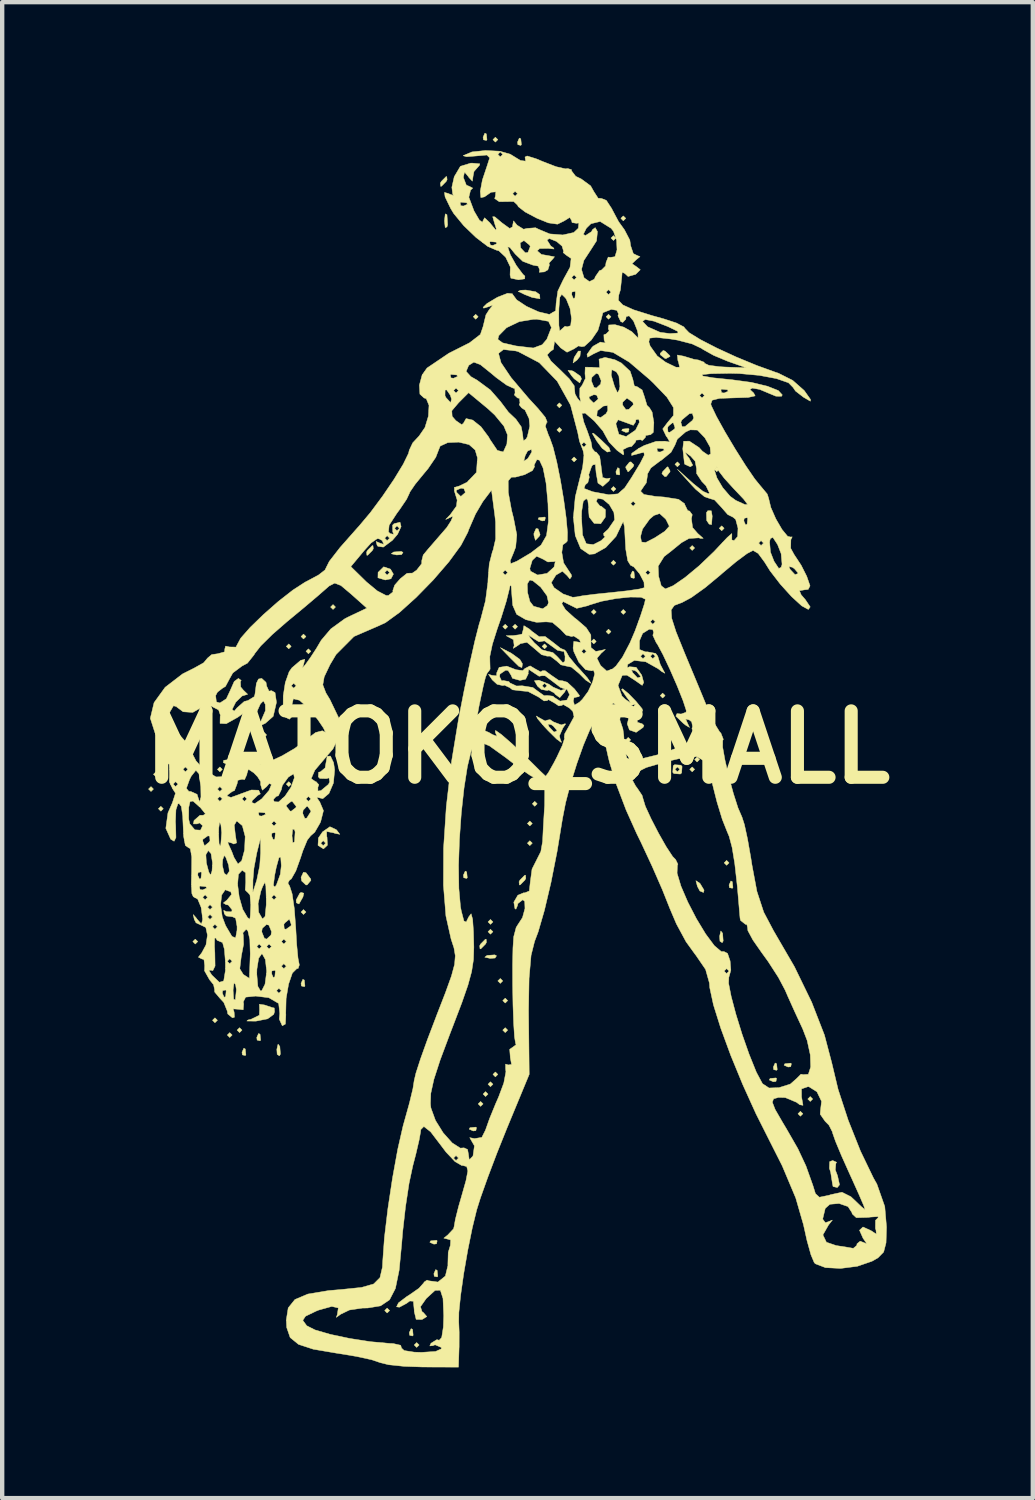
<source format=kicad_pcb>
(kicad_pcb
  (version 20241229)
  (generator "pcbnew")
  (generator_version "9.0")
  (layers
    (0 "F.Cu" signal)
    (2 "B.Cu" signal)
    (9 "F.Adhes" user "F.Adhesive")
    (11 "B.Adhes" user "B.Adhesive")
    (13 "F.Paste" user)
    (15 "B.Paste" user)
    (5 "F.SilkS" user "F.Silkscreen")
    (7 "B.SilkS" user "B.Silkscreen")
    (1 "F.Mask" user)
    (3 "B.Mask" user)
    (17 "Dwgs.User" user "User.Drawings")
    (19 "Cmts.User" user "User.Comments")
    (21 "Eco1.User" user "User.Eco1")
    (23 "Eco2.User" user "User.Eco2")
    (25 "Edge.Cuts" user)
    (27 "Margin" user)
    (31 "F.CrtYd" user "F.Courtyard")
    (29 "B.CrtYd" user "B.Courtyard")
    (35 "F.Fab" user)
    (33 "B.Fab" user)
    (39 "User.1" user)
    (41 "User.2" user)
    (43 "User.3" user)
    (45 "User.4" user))
  (footprint "MATOKO_SMALL"
    (layer "F.Cu")
    (at 8.825 14.096)
    (property "Reference" "MATOKO_SMALL" (at 0 0 0) (layer "F.SilkS") (effects (font (size 1.524 1.524) (thickness 0.3))))
    (attr through_hole)
    (fp_poly (pts (xy -8.354 0.96) (xy -8.41 1.016) (xy -8.467 0.96) (xy -8.41 0.903) (xy -8.354 0.96)) (stroke (width 0.01) (type solid)) (fill yes) (layer "F.SilkS"))
    (fp_poly (pts (xy -8.241 0.621) (xy -8.297 0.677) (xy -8.354 0.621) (xy -8.297 0.564) (xy -8.241 0.621)) (stroke (width 0.01) (type solid)) (fill yes) (layer "F.SilkS"))
    (fp_poly (pts (xy -8.128 1.411) (xy -8.184 1.468) (xy -8.241 1.411) (xy -8.184 1.355) (xy -8.128 1.411)) (stroke (width 0.01) (type solid)) (fill yes) (layer "F.SilkS"))
    (fp_poly (pts (xy -7.338 4.459) (xy -7.394 4.516) (xy -7.451 4.459) (xy -7.394 4.403) (xy -7.338 4.459)) (stroke (width 0.01) (type solid)) (fill yes) (layer "F.SilkS"))
    (fp_poly (pts (xy -6.886 6.265) (xy -6.943 6.322) (xy -6.999 6.265) (xy -6.943 6.209) (xy -6.886 6.265)) (stroke (width 0.01) (type solid)) (fill yes) (layer "F.SilkS"))
    (fp_poly (pts (xy -6.773 0.508) (xy -6.83 0.564) (xy -6.886 0.508) (xy -6.83 0.452) (xy -6.773 0.508)) (stroke (width 0.01) (type solid)) (fill yes) (layer "F.SilkS"))
    (fp_poly (pts (xy -6.548 6.604) (xy -6.604 6.66) (xy -6.66 6.604) (xy -6.604 6.548) (xy -6.548 6.604)) (stroke (width 0.01) (type solid)) (fill yes) (layer "F.SilkS"))
    (fp_poly (pts (xy -6.322 6.491) (xy -6.378 6.548) (xy -6.435 6.491) (xy -6.378 6.435) (xy -6.322 6.491)) (stroke (width 0.01) (type solid)) (fill yes) (layer "F.SilkS"))
    (fp_poly (pts (xy -5.757 -0.282) (xy -5.814 -0.226) (xy -5.87 -0.282) (xy -5.814 -0.339) (xy -5.757 -0.282)) (stroke (width 0.01) (type solid)) (fill yes) (layer "F.SilkS"))
    (fp_poly (pts (xy -5.193 -2.314) (xy -5.249 -2.258) (xy -5.306 -2.314) (xy -5.249 -2.371) (xy -5.193 -2.314)) (stroke (width 0.01) (type solid)) (fill yes) (layer "F.SilkS"))
    (fp_poly (pts (xy -5.193 0.847) (xy -5.249 0.903) (xy -5.306 0.847) (xy -5.249 0.79) (xy -5.193 0.847)) (stroke (width 0.01) (type solid)) (fill yes) (layer "F.SilkS"))
    (fp_poly (pts (xy -4.854 -2.54) (xy -4.911 -2.484) (xy -4.967 -2.54) (xy -4.911 -2.596) (xy -4.854 -2.54)) (stroke (width 0.01) (type solid)) (fill yes) (layer "F.SilkS"))
    (fp_poly (pts (xy -4.854 3.782) (xy -4.911 3.838) (xy -4.967 3.782) (xy -4.911 3.725) (xy -4.854 3.782)) (stroke (width 0.01) (type solid)) (fill yes) (layer "F.SilkS"))
    (fp_poly (pts (xy -4.741 -2.201) (xy -4.798 -2.145) (xy -4.854 -2.201) (xy -4.798 -2.258) (xy -4.741 -2.201)) (stroke (width 0.01) (type solid)) (fill yes) (layer "F.SilkS"))
    (fp_poly (pts (xy -4.177 -3.217) (xy -4.233 -3.161) (xy -4.29 -3.217) (xy -4.233 -3.274) (xy -4.177 -3.217)) (stroke (width 0.01) (type solid)) (fill yes) (layer "F.SilkS"))
    (fp_poly (pts (xy -2.935 12.926) (xy -2.992 12.982) (xy -3.048 12.926) (xy -2.992 12.869) (xy -2.935 12.926)) (stroke (width 0.01) (type solid)) (fill yes) (layer "F.SilkS"))
    (fp_poly (pts (xy -2.258 13.716) (xy -2.314 13.772) (xy -2.371 13.716) (xy -2.314 13.66) (xy -2.258 13.716)) (stroke (width 0.01) (type solid)) (fill yes) (layer "F.SilkS"))
    (fp_poly (pts (xy -0.903 -9.878) (xy -0.96 -9.821) (xy -1.016 -9.878) (xy -0.96 -9.934) (xy -0.903 -9.878)) (stroke (width 0.01) (type solid)) (fill yes) (layer "F.SilkS"))
    (fp_poly (pts (xy -0.79 8.184) (xy -0.847 8.241) (xy -0.903 8.184) (xy -0.847 8.128) (xy -0.79 8.184)) (stroke (width 0.01) (type solid)) (fill yes) (layer "F.SilkS"))
    (fp_poly (pts (xy -0.677 7.959) (xy -0.734 8.015) (xy -0.79 7.959) (xy -0.734 7.902) (xy -0.677 7.959)) (stroke (width 0.01) (type solid)) (fill yes) (layer "F.SilkS"))
    (fp_poly (pts (xy -0.564 4.008) (xy -0.621 4.064) (xy -0.677 4.008) (xy -0.621 3.951) (xy -0.564 4.008)) (stroke (width 0.01) (type solid)) (fill yes) (layer "F.SilkS"))
    (fp_poly (pts (xy -0.564 4.233) (xy -0.621 4.29) (xy -0.677 4.233) (xy -0.621 4.177) (xy -0.564 4.233)) (stroke (width 0.01) (type solid)) (fill yes) (layer "F.SilkS"))
    (fp_poly (pts (xy -0.564 7.733) (xy -0.621 7.789) (xy -0.677 7.733) (xy -0.621 7.676) (xy -0.564 7.733)) (stroke (width 0.01) (type solid)) (fill yes) (layer "F.SilkS"))
    (fp_poly (pts (xy -0.452 -13.942) (xy -0.508 -13.885) (xy -0.564 -13.942) (xy -0.508 -13.998) (xy -0.452 -13.942)) (stroke (width 0.01) (type solid)) (fill yes) (layer "F.SilkS"))
    (fp_poly (pts (xy -0.452 7.507) (xy -0.508 7.564) (xy -0.564 7.507) (xy -0.508 7.451) (xy -0.452 7.507)) (stroke (width 0.01) (type solid)) (fill yes) (layer "F.SilkS"))
    (fp_poly (pts (xy -0.339 5.362) (xy -0.395 5.419) (xy -0.452 5.362) (xy -0.395 5.306) (xy -0.339 5.362)) (stroke (width 0.01) (type solid)) (fill yes) (layer "F.SilkS"))
    (fp_poly (pts (xy -0.226 -2.766) (xy -0.282 -2.709) (xy -0.339 -2.766) (xy -0.282 -2.822) (xy -0.226 -2.766)) (stroke (width 0.01) (type solid)) (fill yes) (layer "F.SilkS"))
    (fp_poly (pts (xy -0.226 5.814) (xy -0.282 5.87) (xy -0.339 5.814) (xy -0.282 5.757) (xy -0.226 5.814)) (stroke (width 0.01) (type solid)) (fill yes) (layer "F.SilkS"))
    (fp_poly (pts (xy -0.226 6.491) (xy -0.282 6.548) (xy -0.339 6.491) (xy -0.282 6.435) (xy -0.226 6.491)) (stroke (width 0.01) (type solid)) (fill yes) (layer "F.SilkS"))
    (fp_poly (pts (xy 0 -2.766) (xy -0.056 -2.709) (xy -0.113 -2.766) (xy -0.056 -2.822) (xy 0 -2.766)) (stroke (width 0.01) (type solid)) (fill yes) (layer "F.SilkS"))
    (fp_poly (pts (xy 0.339 1.75) (xy 0.282 1.806) (xy 0.226 1.75) (xy 0.282 1.693) (xy 0.339 1.75)) (stroke (width 0.01) (type solid)) (fill yes) (layer "F.SilkS"))
    (fp_poly (pts (xy 0.339 2.201) (xy 0.282 2.258) (xy 0.226 2.201) (xy 0.282 2.145) (xy 0.339 2.201)) (stroke (width 0.01) (type solid)) (fill yes) (layer "F.SilkS"))
    (fp_poly (pts (xy 0.452 1.298) (xy 0.395 1.355) (xy 0.339 1.298) (xy 0.395 1.242) (xy 0.452 1.298)) (stroke (width 0.01) (type solid)) (fill yes) (layer "F.SilkS"))
    (fp_poly (pts (xy 0.677 -2.314) (xy 0.621 -2.258) (xy 0.564 -2.314) (xy 0.621 -2.371) (xy 0.677 -2.314)) (stroke (width 0.01) (type solid)) (fill yes) (layer "F.SilkS"))
    (fp_poly (pts (xy 1.016 -7.846) (xy 0.96 -7.789) (xy 0.903 -7.846) (xy 0.96 -7.902) (xy 1.016 -7.846)) (stroke (width 0.01) (type solid)) (fill yes) (layer "F.SilkS"))
    (fp_poly (pts (xy 1.016 -7.281) (xy 0.96 -7.225) (xy 0.903 -7.281) (xy 0.96 -7.338) (xy 1.016 -7.281)) (stroke (width 0.01) (type solid)) (fill yes) (layer "F.SilkS"))
    (fp_poly (pts (xy 1.355 -6.604) (xy 1.298 -6.548) (xy 1.242 -6.604) (xy 1.298 -6.66) (xy 1.355 -6.604)) (stroke (width 0.01) (type solid)) (fill yes) (layer "F.SilkS"))
    (fp_poly (pts (xy 1.806 -3.104) (xy 1.75 -3.048) (xy 1.693 -3.104) (xy 1.75 -3.161) (xy 1.806 -3.104)) (stroke (width 0.01) (type solid)) (fill yes) (layer "F.SilkS"))
    (fp_poly (pts (xy 1.806 -2.427) (xy 1.75 -2.371) (xy 1.693 -2.427) (xy 1.75 -2.484) (xy 1.806 -2.427)) (stroke (width 0.01) (type solid)) (fill yes) (layer "F.SilkS"))
    (fp_poly (pts (xy 2.145 -9.878) (xy 2.088 -9.821) (xy 2.032 -9.878) (xy 2.088 -9.934) (xy 2.145 -9.878)) (stroke (width 0.01) (type solid)) (fill yes) (layer "F.SilkS"))
    (fp_poly (pts (xy 2.145 -2.653) (xy 2.088 -2.596) (xy 2.032 -2.653) (xy 2.088 -2.709) (xy 2.145 -2.653)) (stroke (width 0.01) (type solid)) (fill yes) (layer "F.SilkS"))
    (fp_poly (pts (xy 2.258 -11.684) (xy 2.201 -11.628) (xy 2.145 -11.684) (xy 2.201 -11.74) (xy 2.258 -11.684)) (stroke (width 0.01) (type solid)) (fill yes) (layer "F.SilkS"))
    (fp_poly (pts (xy 2.258 -5.927) (xy 2.201 -5.87) (xy 2.145 -5.927) (xy 2.201 -5.983) (xy 2.258 -5.927)) (stroke (width 0.01) (type solid)) (fill yes) (layer "F.SilkS"))
    (fp_poly (pts (xy 2.258 -4.233) (xy 2.201 -4.177) (xy 2.145 -4.233) (xy 2.201 -4.29) (xy 2.258 -4.233)) (stroke (width 0.01) (type solid)) (fill yes) (layer "F.SilkS"))
    (fp_poly (pts (xy 2.484 -12.136) (xy 2.427 -12.079) (xy 2.371 -12.136) (xy 2.427 -12.192) (xy 2.484 -12.136)) (stroke (width 0.01) (type solid)) (fill yes) (layer "F.SilkS"))
    (fp_poly (pts (xy 2.484 -3.104) (xy 2.427 -3.048) (xy 2.371 -3.104) (xy 2.427 -3.161) (xy 2.484 -3.104)) (stroke (width 0.01) (type solid)) (fill yes) (layer "F.SilkS"))
    (fp_poly (pts (xy 2.596 -0.169) (xy 2.54 -0.113) (xy 2.484 -0.169) (xy 2.54 -0.226) (xy 2.596 -0.169)) (stroke (width 0.01) (type solid)) (fill yes) (layer "F.SilkS"))
    (fp_poly (pts (xy 3.387 -1.185) (xy 3.33 -1.129) (xy 3.274 -1.185) (xy 3.33 -1.242) (xy 3.387 -1.185)) (stroke (width 0.01) (type solid)) (fill yes) (layer "F.SilkS"))
    (fp_poly (pts (xy 3.725 -6.491) (xy 3.669 -6.435) (xy 3.612 -6.491) (xy 3.669 -6.548) (xy 3.725 -6.491)) (stroke (width 0.01) (type solid)) (fill yes) (layer "F.SilkS"))
    (fp_poly (pts (xy 4.064 -4.572) (xy 4.008 -4.516) (xy 3.951 -4.572) (xy 4.008 -4.628) (xy 4.064 -4.572)) (stroke (width 0.01) (type solid)) (fill yes) (layer "F.SilkS"))
    (fp_poly (pts (xy 4.064 0.508) (xy 4.008 0.564) (xy 3.951 0.508) (xy 4.008 0.452) (xy 4.064 0.508)) (stroke (width 0.01) (type solid)) (fill yes) (layer "F.SilkS"))
    (fp_poly (pts (xy 4.177 0.282) (xy 4.12 0.339) (xy 4.064 0.282) (xy 4.12 0.226) (xy 4.177 0.282)) (stroke (width 0.01) (type solid)) (fill yes) (layer "F.SilkS"))
    (fp_poly (pts (xy 4.628 -6.378) (xy 4.572 -6.322) (xy 4.516 -6.378) (xy 4.572 -6.435) (xy 4.628 -6.378)) (stroke (width 0.01) (type solid)) (fill yes) (layer "F.SilkS"))
    (fp_poly (pts (xy 4.741 -5.024) (xy 4.685 -4.967) (xy 4.628 -5.024) (xy 4.685 -5.08) (xy 4.741 -5.024)) (stroke (width 0.01) (type solid)) (fill yes) (layer "F.SilkS"))
    (fp_poly (pts (xy 4.854 2.653) (xy 4.798 2.709) (xy 4.741 2.653) (xy 4.798 2.596) (xy 4.854 2.653)) (stroke (width 0.01) (type solid)) (fill yes) (layer "F.SilkS"))
    (fp_poly (pts (xy 6.548 8.41) (xy 6.491 8.467) (xy 6.435 8.41) (xy 6.491 8.354) (xy 6.548 8.41)) (stroke (width 0.01) (type solid)) (fill yes) (layer "F.SilkS"))
    (fp_poly (pts (xy 6.773 8.072) (xy 6.717 8.128) (xy 6.66 8.072) (xy 6.717 8.015) (xy 6.773 8.072)) (stroke (width 0.01) (type solid)) (fill yes) (layer "F.SilkS"))
    (fp_poly (pts (xy -7.15 -0.48) (xy -7.135 -0.249) (xy -7.15 -0.198) (xy -7.191 -0.183) (xy -7.207 -0.339) (xy -7.189 -0.499) (xy -7.15 -0.48)) (stroke (width 0.01) (type solid)) (fill yes) (layer "F.SilkS"))
    (fp_poly (pts (xy -6.247 6.924) (xy -6.233 7.058) (xy -6.247 7.074) (xy -6.314 7.059) (xy -6.322 6.999) (xy -6.28 6.906) (xy -6.247 6.924)) (stroke (width 0.01) (type solid)) (fill yes) (layer "F.SilkS"))
    (fp_poly (pts (xy -5.908 6.585) (xy -5.894 6.719) (xy -5.908 6.736) (xy -5.975 6.72) (xy -5.983 6.66) (xy -5.942 6.568) (xy -5.908 6.585)) (stroke (width 0.01) (type solid)) (fill yes) (layer "F.SilkS"))
    (fp_poly (pts (xy -5.454 6.865) (xy -5.441 7.041) (xy -5.463 7.081) (xy -5.515 7.048) (xy -5.523 6.933) (xy -5.495 6.813) (xy -5.454 6.865)) (stroke (width 0.01) (type solid)) (fill yes) (layer "F.SilkS"))
    (fp_poly (pts (xy -4.892 5.343) (xy -4.878 5.477) (xy -4.892 5.494) (xy -4.959 5.478) (xy -4.967 5.419) (xy -4.926 5.326) (xy -4.892 5.343)) (stroke (width 0.01) (type solid)) (fill yes) (layer "F.SilkS"))
    (fp_poly (pts (xy -2.627 -4.471) (xy -2.661 -4.42) (xy -2.775 -4.412) (xy -2.896 -4.439) (xy -2.843 -4.48) (xy -2.667 -4.493) (xy -2.627 -4.471)) (stroke (width 0.01) (type solid)) (fill yes) (layer "F.SilkS"))
    (fp_poly (pts (xy -2.408 13.359) (xy -2.395 13.492) (xy -2.408 13.509) (xy -2.475 13.494) (xy -2.484 13.434) (xy -2.442 13.341) (xy -2.408 13.359)) (stroke (width 0.01) (type solid)) (fill yes) (layer "F.SilkS"))
    (fp_poly (pts (xy -1.844 11.327) (xy -1.859 11.394) (xy -1.919 11.402) (xy -2.012 11.36) (xy -1.994 11.327) (xy -1.86 11.313) (xy -1.844 11.327)) (stroke (width 0.01) (type solid)) (fill yes) (layer "F.SilkS"))
    (fp_poly (pts (xy -1.844 12.004) (xy -1.83 12.138) (xy -1.844 12.154) (xy -1.911 12.139) (xy -1.919 12.079) (xy -1.878 11.986) (xy -1.844 12.004)) (stroke (width 0.01) (type solid)) (fill yes) (layer "F.SilkS"))
    (fp_poly (pts (xy -1.619 -12.22) (xy -1.604 -11.989) (xy -1.619 -11.938) (xy -1.66 -11.924) (xy -1.676 -12.079) (xy -1.658 -12.239) (xy -1.619 -12.22)) (stroke (width 0.01) (type solid)) (fill yes) (layer "F.SilkS"))
    (fp_poly (pts (xy -1.167 2.86) (xy -1.153 2.994) (xy -1.167 3.01) (xy -1.234 2.995) (xy -1.242 2.935) (xy -1.2 2.842) (xy -1.167 2.86)) (stroke (width 0.01) (type solid)) (fill yes) (layer "F.SilkS"))
    (fp_poly (pts (xy -0.941 8.73) (xy -0.956 8.797) (xy -1.016 8.805) (xy -1.109 8.764) (xy -1.091 8.73) (xy -0.957 8.717) (xy -0.941 8.73)) (stroke (width 0.01) (type solid)) (fill yes) (layer "F.SilkS"))
    (fp_poly (pts (xy -0.715 -14.073) (xy -0.701 -13.94) (xy -0.715 -13.923) (xy -0.782 -13.938) (xy -0.79 -13.998) (xy -0.749 -14.091) (xy -0.715 -14.073)) (stroke (width 0.01) (type solid)) (fill yes) (layer "F.SilkS"))
    (fp_poly (pts (xy -0.482 4.786) (xy -0.516 4.837) (xy -0.63 4.845) (xy -0.751 4.818) (xy -0.699 4.777) (xy -0.522 4.764) (xy -0.482 4.786)) (stroke (width 0.01) (type solid)) (fill yes) (layer "F.SilkS"))
    (fp_poly (pts (xy 0.075 -13.961) (xy 0.089 -13.827) (xy 0.075 -13.81) (xy 0.008 -13.826) (xy 0 -13.885) (xy 0.041 -13.978) (xy 0.075 -13.961)) (stroke (width 0.01) (type solid)) (fill yes) (layer "F.SilkS"))
    (fp_poly (pts (xy 0.64 -5.268) (xy 0.624 -5.201) (xy 0.564 -5.193) (xy 0.472 -5.234) (xy 0.489 -5.268) (xy 0.623 -5.282) (xy 0.64 -5.268)) (stroke (width 0.01) (type solid)) (fill yes) (layer "F.SilkS"))
    (fp_poly (pts (xy 2.333 -6.397) (xy 2.347 -6.263) (xy 2.333 -6.247) (xy 2.266 -6.262) (xy 2.258 -6.322) (xy 2.299 -6.415) (xy 2.333 -6.397)) (stroke (width 0.01) (type solid)) (fill yes) (layer "F.SilkS"))
    (fp_poly (pts (xy 2.559 -7.3) (xy 2.543 -7.233) (xy 2.484 -7.225) (xy 2.391 -7.266) (xy 2.408 -7.3) (xy 2.542 -7.314) (xy 2.559 -7.3)) (stroke (width 0.01) (type solid)) (fill yes) (layer "F.SilkS"))
    (fp_poly (pts (xy 2.672 -4.026) (xy 2.685 -3.892) (xy 2.672 -3.876) (xy 2.605 -3.891) (xy 2.596 -3.951) (xy 2.638 -4.044) (xy 2.672 -4.026)) (stroke (width 0.01) (type solid)) (fill yes) (layer "F.SilkS"))
    (fp_poly (pts (xy 4.706 4.269) (xy 4.719 4.445) (xy 4.697 4.485) (xy 4.645 4.451) (xy 4.637 4.337) (xy 4.665 4.216) (xy 4.706 4.269)) (stroke (width 0.01) (type solid)) (fill yes) (layer "F.SilkS"))
    (fp_poly (pts (xy 4.929 3.086) (xy 4.943 3.22) (xy 4.929 3.236) (xy 4.862 3.221) (xy 4.854 3.161) (xy 4.896 3.068) (xy 4.929 3.086)) (stroke (width 0.01) (type solid)) (fill yes) (layer "F.SilkS"))
    (fp_poly (pts (xy 5.945 7.263) (xy 5.959 7.396) (xy 5.945 7.413) (xy 5.878 7.398) (xy 5.87 7.338) (xy 5.912 7.245) (xy 5.945 7.263)) (stroke (width 0.01) (type solid)) (fill yes) (layer "F.SilkS"))
    (fp_poly (pts (xy 5.945 7.601) (xy 5.93 7.668) (xy 5.87 7.676) (xy 5.777 7.635) (xy 5.795 7.601) (xy 5.929 7.588) (xy 5.945 7.601)) (stroke (width 0.01) (type solid)) (fill yes) (layer "F.SilkS"))
    (fp_poly (pts (xy 6.284 7.263) (xy 6.269 7.33) (xy 6.209 7.338) (xy 6.116 7.296) (xy 6.134 7.263) (xy 6.268 7.249) (xy 6.284 7.263)) (stroke (width 0.01) (type solid)) (fill yes) (layer "F.SilkS"))
    (fp_poly (pts (xy -4.904 3.349) (xy -4.924 3.437) (xy -5.015 3.596) (xy -5.074 3.57) (xy -5.08 3.506) (xy -4.998 3.353) (xy -4.968 3.331) (xy -4.904 3.349)) (stroke (width 0.01) (type solid)) (fill yes) (layer "F.SilkS"))
    (fp_poly (pts (xy -3.856 0.384) (xy -3.734 0.498) (xy -3.759 0.563) (xy -3.775 0.564) (xy -3.871 0.484) (xy -3.905 0.434) (xy -3.919 0.357) (xy -3.856 0.384)) (stroke (width 0.01) (type solid)) (fill yes) (layer "F.SilkS"))
    (fp_poly (pts (xy 0.472 -5.011) (xy 0.518 -4.88) (xy 0.503 -4.846) (xy 0.411 -4.748) (xy 0.377 -4.864) (xy 0.376 -4.906) (xy 0.426 -5.019) (xy 0.472 -5.011)) (stroke (width 0.01) (type solid)) (fill yes) (layer "F.SilkS"))
    (fp_poly (pts (xy 1.433 -8.971) (xy 1.369 -8.888) (xy 1.274 -8.817) (xy 1.297 -8.93) (xy 1.305 -8.951) (xy 1.395 -9.09) (xy 1.446 -9.091) (xy 1.433 -8.971)) (stroke (width 0.01) (type solid)) (fill yes) (layer "F.SilkS"))
    (fp_poly (pts (xy 4.176 3.116) (xy 4.191 3.131) (xy 4.28 3.279) (xy 4.268 3.333) (xy 4.184 3.299) (xy 4.128 3.194) (xy 4.093 3.062) (xy 4.176 3.116)) (stroke (width 0.01) (type solid)) (fill yes) (layer "F.SilkS"))
    (fp_poly (pts (xy 4.447 -5.425) (xy 4.467 -5.304) (xy 4.453 -5.109) (xy 4.396 -5.12) (xy 4.34 -5.203) (xy 4.335 -5.383) (xy 4.366 -5.427) (xy 4.447 -5.425)) (stroke (width 0.01) (type solid)) (fill yes) (layer "F.SilkS"))
    (fp_poly (pts (xy -4.854 2.879) (xy -4.746 3.023) (xy -4.741 3.055) (xy -4.827 3.158) (xy -4.854 3.161) (xy -4.953 3.069) (xy -4.967 2.985) (xy -4.912 2.868) (xy -4.854 2.879)) (stroke (width 0.01) (type solid)) (fill yes) (layer "F.SilkS"))
    (fp_poly (pts (xy -3.309 -4.556) (xy -3.33 -4.516) (xy -3.437 -4.408) (xy -3.456 -4.403) (xy -3.464 -4.476) (xy -3.443 -4.516) (xy -3.337 -4.623) (xy -3.317 -4.628) (xy -3.309 -4.556)) (stroke (width 0.01) (type solid)) (fill yes) (layer "F.SilkS"))
    (fp_poly (pts (xy -1.616 -13.022) (xy -1.637 -12.982) (xy -1.743 -12.874) (xy -1.763 -12.869) (xy -1.771 -12.942) (xy -1.75 -12.982) (xy -1.643 -13.09) (xy -1.624 -13.095) (xy -1.616 -13.022)) (stroke (width 0.01) (type solid)) (fill yes) (layer "F.SilkS"))
    (fp_poly (pts (xy -0.826 -0.04) (xy -0.847 0) (xy -0.953 0.108) (xy -0.973 0.113) (xy -0.981 0.04) (xy -0.96 0) (xy -0.853 -0.108) (xy -0.833 -0.113) (xy -0.826 -0.04)) (stroke (width 0.01) (type solid)) (fill yes) (layer "F.SilkS"))
    (fp_poly (pts (xy -0.713 -0.604) (xy -0.734 -0.564) (xy -0.84 -0.457) (xy -0.86 -0.452) (xy -0.868 -0.524) (xy -0.847 -0.564) (xy -0.74 -0.672) (xy -0.72 -0.677) (xy -0.713 -0.604)) (stroke (width 0.01) (type solid)) (fill yes) (layer "F.SilkS"))
    (fp_poly (pts (xy -0.713 4.476) (xy -0.734 4.516) (xy -0.84 4.623) (xy -0.86 4.628) (xy -0.868 4.556) (xy -0.847 4.516) (xy -0.74 4.408) (xy -0.72 4.403) (xy -0.713 4.476)) (stroke (width 0.01) (type solid)) (fill yes) (layer "F.SilkS"))
    (fp_poly (pts (xy -0.141 -2.156) (xy 0.052 -2.017) (xy 0.113 -1.915) (xy 0.1 -1.827) (xy 0.029 -1.857) (xy -0.144 -2.028) (xy -0.169 -2.053) (xy -0.395 -2.287) (xy -0.141 -2.156)) (stroke (width 0.01) (type solid)) (fill yes) (layer "F.SilkS"))
    (fp_poly (pts (xy 0.19 3.008) (xy 0.169 3.048) (xy 0.063 3.156) (xy 0.043 3.161) (xy 0.035 3.088) (xy 0.056 3.048) (xy 0.163 2.94) (xy 0.183 2.935) (xy 0.19 3.008)) (stroke (width 0.01) (type solid)) (fill yes) (layer "F.SilkS"))
    (fp_poly (pts (xy 0.418 -10.451) (xy 0.508 -10.386) (xy 0.515 -10.29) (xy 0.338 -10.32) (xy 0.169 -10.386) (xy 0.014 -10.461) (xy 0.074 -10.486) (xy 0.191 -10.491) (xy 0.418 -10.451)) (stroke (width 0.01) (type solid)) (fill yes) (layer "F.SilkS"))
    (fp_poly (pts (xy 1.246 -8.64) (xy 1.282 -8.627) (xy 1.441 -8.516) (xy 1.468 -8.455) (xy 1.428 -8.36) (xy 1.3 -8.456) (xy 1.24 -8.526) (xy 1.157 -8.648) (xy 1.246 -8.64)) (stroke (width 0.01) (type solid)) (fill yes) (layer "F.SilkS"))
    (fp_poly (pts (xy 1.903 -7.066) (xy 2.099 -6.876) (xy 2.131 -6.789) (xy 2.059 -6.773) (xy 1.943 -6.859) (xy 1.817 -7.027) (xy 1.716 -7.2) (xy 1.744 -7.204) (xy 1.903 -7.066)) (stroke (width 0.01) (type solid)) (fill yes) (layer "F.SilkS"))
    (fp_poly (pts (xy 2.671 -6.478) (xy 2.653 -6.435) (xy 2.551 -6.327) (xy 2.533 -6.322) (xy 2.485 -6.409) (xy 2.484 -6.435) (xy 2.57 -6.543) (xy 2.603 -6.548) (xy 2.671 -6.478)) (stroke (width 0.01) (type solid)) (fill yes) (layer "F.SilkS"))
    (fp_poly (pts (xy 3.387 -9.088) (xy 3.494 -8.986) (xy 3.5 -8.968) (xy 3.412 -8.92) (xy 3.387 -8.918) (xy 3.278 -9.005) (xy 3.274 -9.038) (xy 3.343 -9.105) (xy 3.387 -9.088)) (stroke (width 0.01) (type solid)) (fill yes) (layer "F.SilkS"))
    (fp_poly (pts (xy 3.498 -6.347) (xy 3.5 -6.322) (xy 3.413 -6.213) (xy 3.38 -6.209) (xy 3.313 -6.278) (xy 3.33 -6.322) (xy 3.432 -6.429) (xy 3.45 -6.435) (xy 3.498 -6.347)) (stroke (width 0.01) (type solid)) (fill yes) (layer "F.SilkS"))
    (fp_poly (pts (xy 7.321 9.523) (xy 7.304 9.554) (xy 7.292 9.698) (xy 7.342 9.829) (xy 7.389 10.039) (xy 7.338 10.103) (xy 7.24 10.08) (xy 7.225 10.007) (xy 7.185 9.751) (xy 7.156 9.661) (xy 7.162 9.509) (xy 7.232 9.483) (xy 7.321 9.523)) (stroke (width 0.01) (type solid)) (fill yes) (layer "F.SilkS"))
    (fp_poly (pts (xy -5.806 5.914) (xy -5.627 5.974) (xy -5.582 5.983) (xy -5.575 6.067) (xy -5.594 6.129) (xy -5.735 6.232) (xy -5.999 6.284) (xy -6.014 6.285) (xy -6.211 6.282) (xy -6.182 6.258) (xy -6.116 6.243) (xy -5.924 6.149) (xy -5.919 6.018) (xy -5.923 5.897) (xy -5.806 5.914)) (stroke (width 0.01) (type solid)) (fill yes) (layer "F.SilkS"))
    (fp_poly (pts (xy -2.915 -4.087) (xy -2.848 -3.972) (xy -2.904 -3.865) (xy -3.035 -3.838) (xy -3.203 -3.888) (xy -3.2 -4.008) (xy -3.048 -4.008) (xy -2.992 -3.951) (xy -2.935 -4.008) (xy -2.992 -4.064) (xy -3.048 -4.008) (xy -3.2 -4.008) (xy -3.2 -4.012) (xy -3.071 -4.14) (xy -2.915 -4.087)) (stroke (width 0.01) (type solid)) (fill yes) (layer "F.SilkS"))
    (fp_poly (pts (xy 3.75 0.412) (xy 3.776 0.442) (xy 3.765 0.59) (xy 3.735 0.615) (xy 3.587 0.604) (xy 3.562 0.574) (xy 3.567 0.508) (xy 3.612 0.508) (xy 3.669 0.564) (xy 3.725 0.508) (xy 3.669 0.452) (xy 3.612 0.508) (xy 3.567 0.508) (xy 3.573 0.426) (xy 3.603 0.401) (xy 3.75 0.412)) (stroke (width 0.01) (type solid)) (fill yes) (layer "F.SilkS"))
    (fp_poly (pts (xy -4.162 1.89) (xy -4.149 1.902) (xy -4.077 1.998) (xy -4.185 1.977) (xy -4.225 1.963) (xy -4.38 1.933) (xy -4.378 2.046) (xy -4.371 2.065) (xy -4.362 2.248) (xy -4.452 2.332) (xy -4.574 2.255) (xy -4.578 2.249) (xy -4.575 2.201) (xy -4.516 2.201) (xy -4.459 2.258) (xy -4.403 2.201) (xy -4.459 2.145) (xy -4.516 2.201) (xy -4.575 2.201) (xy -4.569 2.081) (xy -4.473 1.941) (xy -4.305 1.824) (xy -4.162 1.89)) (stroke (width 0.01) (type solid)) (fill yes) (layer "F.SilkS"))
    (fp_poly (pts (xy 0.717 -1.448) (xy 0.817 -1.379) (xy 0.995 -1.304) (xy 1.073 -1.327) (xy 1.112 -1.33) (xy 1.084 -1.27) (xy 0.97 -1.138) (xy 0.864 -1.215) (xy 0.846 -1.244) (xy 0.718 -1.314) (xy 0.682 -1.301) (xy 0.544 -1.327) (xy 0.458 -1.403) (xy 0.454 -1.411) (xy 0.564 -1.411) (xy 0.621 -1.355) (xy 0.677 -1.411) (xy 0.621 -1.468) (xy 0.564 -1.411) (xy 0.454 -1.411) (xy 0.387 -1.526) (xy 0.49 -1.538) (xy 0.717 -1.448)) (stroke (width 0.01) (type solid)) (fill yes) (layer "F.SilkS"))
    (fp_poly (pts (xy 0.48 -0.687) (xy 0.633 -0.602) (xy 0.677 -0.621) (xy 0.746 -0.634) (xy 0.829 -0.579) (xy 1.006 -0.512) (xy 1.079 -0.537) (xy 1.105 -0.535) (xy 1.041 -0.441) (xy 0.962 -0.263) (xy 0.979 -0.187) (xy 1.01 -0.115) (xy 0.999 -0.113) (xy 0.897 -0.188) (xy 0.704 -0.379) (xy 0.614 -0.475) (xy 0.565 -0.532) (xy 0.696 -0.532) (xy 0.723 -0.469) (xy 0.837 -0.348) (xy 0.902 -0.373) (xy 0.903 -0.388) (xy 0.823 -0.484) (xy 0.773 -0.519) (xy 0.696 -0.532) (xy 0.565 -0.532) (xy 0.459 -0.657) (xy 0.432 -0.717) (xy 0.48 -0.687)) (stroke (width 0.01) (type solid)) (fill yes) (layer "F.SilkS"))
    (fp_poly (pts (xy 0.275 -2.709) (xy 0.33 -2.66) (xy 0.497 -2.537) (xy 0.564 -2.54) (xy 0.634 -2.541) (xy 0.802 -2.416) (xy 0.987 -2.27) (xy 1.084 -2.23) (xy 1.118 -2.191) (xy 1.182 -2.075) (xy 1.354 -1.867) (xy 1.421 -1.796) (xy 1.603 -1.592) (xy 1.681 -1.477) (xy 1.676 -1.468) (xy 1.564 -1.542) (xy 1.414 -1.691) (xy 1.237 -1.838) (xy 1.127 -1.861) (xy 0.995 -1.891) (xy 0.903 -1.976) (xy 0.751 -2.091) (xy 0.68 -2.09) (xy 0.551 -2.124) (xy 0.393 -2.26) (xy 0.217 -2.407) (xy 0.066 -2.378) (xy 0.018 -2.342) (xy -0.098 -2.268) (xy -0.077 -2.334) (xy -0.095 -2.47) (xy -0.196 -2.524) (xy -0.261 -2.56) (xy -0.116 -2.561) (xy -0.113 -2.561) (xy 0.005 -2.576) (xy 0.252 -2.576) (xy 0.285 -2.516) (xy 0.382 -2.4) (xy 0.559 -2.237) (xy 0.68 -2.203) (xy 0.811 -2.173) (xy 0.904 -2.087) (xy 1.04 -1.94) (xy 1.087 -1.972) (xy 1.091 -2.088) (xy 1.062 -2.207) (xy 1.035 -2.201) (xy 0.92 -2.223) (xy 0.771 -2.331) (xy 0.618 -2.441) (xy 0.564 -2.431) (xy 0.492 -2.419) (xy 0.367 -2.496) (xy 0.252 -2.576) (xy 0.005 -2.576) (xy 0.1 -2.589) (xy 0.133 -2.706) (xy 0.146 -2.79) (xy 0.275 -2.709)) (stroke (width 0.01) (type solid)) (fill yes) (layer "F.SilkS"))
    (fp_poly (pts (xy -0.405 -13.676) (xy -0.165 -13.607) (xy -0.145 -13.594) (xy 0.065 -13.465) (xy 0.186 -13.448) (xy 0.172 -13.543) (xy 0.221 -13.567) (xy 0.422 -13.505) (xy 0.583 -13.438) (xy 0.886 -13.321) (xy 1.102 -13.272) (xy 1.152 -13.279) (xy 1.238 -13.253) (xy 1.242 -13.222) (xy 1.335 -13.101) (xy 1.462 -13.04) (xy 1.678 -12.881) (xy 1.752 -12.749) (xy 1.85 -12.598) (xy 1.927 -12.592) (xy 2.038 -12.548) (xy 2.166 -12.352) (xy 2.171 -12.339) (xy 2.32 -12.059) (xy 2.454 -11.873) (xy 2.577 -11.636) (xy 2.596 -11.507) (xy 2.657 -11.327) (xy 2.738 -11.287) (xy 2.81 -11.257) (xy 2.725 -11.188) (xy 2.627 -11.095) (xy 2.725 -11.029) (xy 2.817 -10.957) (xy 2.712 -10.852) (xy 2.537 -10.802) (xy 2.463 -10.87) (xy 2.401 -10.901) (xy 2.391 -10.779) (xy 2.361 -10.494) (xy 2.323 -10.374) (xy 2.314 -10.256) (xy 2.416 -10.149) (xy 2.662 -10.038) (xy 3.082 -9.906) (xy 3.358 -9.829) (xy 3.648 -9.734) (xy 3.819 -9.644) (xy 3.838 -9.615) (xy 3.936 -9.513) (xy 4.197 -9.353) (xy 4.574 -9.159) (xy 5.02 -8.954) (xy 5.487 -8.761) (xy 5.927 -8.602) (xy 5.983 -8.584) (xy 6.314 -8.418) (xy 6.577 -8.186) (xy 6.587 -8.173) (xy 6.723 -7.98) (xy 6.72 -7.94) (xy 6.572 -8.026) (xy 6.559 -8.034) (xy 6.378 -8.174) (xy 6.322 -8.257) (xy 6.218 -8.363) (xy 5.941 -8.459) (xy 5.546 -8.533) (xy 5.085 -8.575) (xy 4.875 -8.58) (xy 4.443 -8.572) (xy 4.235 -8.55) (xy 4.25 -8.518) (xy 4.487 -8.477) (xy 4.931 -8.431) (xy 5.366 -8.372) (xy 5.733 -8.284) (xy 5.985 -8.184) (xy 6.075 -8.085) (xy 6.059 -8.053) (xy 5.929 -8.055) (xy 5.774 -8.119) (xy 5.555 -8.211) (xy 5.388 -8.241) (xy 5.331 -8.21) (xy 5.419 -8.128) (xy 5.453 -8.062) (xy 5.293 -8.027) (xy 4.983 -8.017) (xy 4.633 -8.005) (xy 4.465 -7.963) (xy 4.435 -7.876) (xy 4.446 -7.839) (xy 4.565 -7.589) (xy 4.761 -7.236) (xy 4.997 -6.84) (xy 5.236 -6.461) (xy 5.442 -6.159) (xy 5.578 -5.992) (xy 5.582 -5.988) (xy 5.73 -5.81) (xy 5.761 -5.715) (xy 5.812 -5.503) (xy 5.927 -5.241) (xy 6.069 -4.997) (xy 6.197 -4.841) (xy 6.263 -4.824) (xy 6.303 -4.827) (xy 6.272 -4.762) (xy 6.268 -4.566) (xy 6.345 -4.424) (xy 6.509 -4.175) (xy 6.636 -3.923) (xy 6.712 -3.704) (xy 6.669 -3.621) (xy 6.584 -3.612) (xy 6.469 -3.592) (xy 6.508 -3.498) (xy 6.604 -3.387) (xy 6.716 -3.22) (xy 6.674 -3.161) (xy 6.521 -3.244) (xy 6.289 -3.456) (xy 6.03 -3.742) (xy 5.795 -4.047) (xy 5.669 -4.248) (xy 5.522 -4.447) (xy 5.405 -4.516) (xy 5.268 -4.445) (xy 5.017 -4.258) (xy 4.701 -3.994) (xy 4.647 -3.946) (xy 4.302 -3.66) (xy 3.988 -3.435) (xy 3.768 -3.317) (xy 3.754 -3.313) (xy 3.598 -3.254) (xy 3.525 -3.15) (xy 3.537 -2.961) (xy 3.637 -2.649) (xy 3.829 -2.174) (xy 3.848 -2.128) (xy 4.043 -1.661) (xy 4.231 -1.209) (xy 4.372 -0.866) (xy 4.38 -0.847) (xy 4.516 -0.551) (xy 4.637 -0.354) (xy 4.667 -0.323) (xy 4.722 -0.183) (xy 4.708 -0.15) (xy 4.707 -0.002) (xy 4.76 0.294) (xy 4.847 0.669) (xy 4.952 1.057) (xy 5.059 1.391) (xy 5.15 1.602) (xy 5.151 1.604) (xy 5.206 1.774) (xy 5.278 2.107) (xy 5.354 2.539) (xy 5.378 2.694) (xy 5.493 3.308) (xy 5.649 3.784) (xy 5.874 4.21) (xy 5.881 4.222) (xy 6.354 5.036) (xy 6.749 5.849) (xy 7.043 6.605) (xy 7.21 7.24) (xy 7.356 7.851) (xy 7.588 8.559) (xy 7.87 9.268) (xy 8.167 9.884) (xy 8.246 10.024) (xy 8.427 10.539) (xy 8.467 11.01) (xy 8.456 11.372) (xy 8.401 11.583) (xy 8.272 11.715) (xy 8.134 11.794) (xy 7.797 11.91) (xy 7.414 11.959) (xy 7.066 11.941) (xy 6.834 11.852) (xy 6.808 11.825) (xy 6.733 11.646) (xy 6.642 11.319) (xy 6.56 10.95) (xy 6.524 10.827) (xy 7.002 10.827) (xy 7.064 10.911) (xy 7.14 10.884) (xy 7.225 10.85) (xy 7.146 10.95) (xy 7.14 10.956) (xy 7.007 11.19) (xy 7.088 11.358) (xy 7.31 11.434) (xy 7.567 11.474) (xy 7.705 11.498) (xy 7.786 11.429) (xy 7.789 11.395) (xy 7.862 11.334) (xy 7.93 11.36) (xy 8.015 11.395) (xy 7.945 11.289) (xy 7.931 11.272) (xy 7.847 11.083) (xy 7.927 11.008) (xy 8.111 11.092) (xy 8.233 11.172) (xy 8.225 11.078) (xy 8.212 11.042) (xy 8.214 10.855) (xy 8.275 10.794) (xy 8.273 10.769) (xy 8.094 10.781) (xy 8.043 10.788) (xy 7.774 10.795) (xy 7.678 10.706) (xy 7.676 10.683) (xy 7.584 10.54) (xy 7.379 10.469) (xy 7.167 10.487) (xy 7.061 10.581) (xy 7.002 10.827) (xy 6.524 10.827) (xy 6.384 10.342) (xy 6.073 9.603) (xy 5.788 9.039) (xy 5.472 8.411) (xy 5.351 8.144) (xy 5.846 8.144) (xy 5.911 8.311) (xy 6.083 8.609) (xy 6.167 8.749) (xy 6.432 9.21) (xy 6.618 9.607) (xy 6.779 10.059) (xy 6.836 10.243) (xy 6.927 10.326) (xy 7.148 10.28) (xy 7.185 10.267) (xy 7.445 10.211) (xy 7.649 10.313) (xy 7.722 10.381) (xy 7.894 10.546) (xy 7.976 10.612) (xy 7.944 10.517) (xy 7.836 10.266) (xy 7.674 9.906) (xy 7.613 9.772) (xy 7.433 9.37) (xy 7.297 9.044) (xy 7.229 8.85) (xy 7.225 8.827) (xy 7.147 8.673) (xy 7.057 8.581) (xy 6.945 8.421) (xy 6.951 8.34) (xy 6.976 8.125) (xy 6.87 7.906) (xy 6.688 7.791) (xy 6.663 7.789) (xy 6.516 7.84) (xy 6.517 8.027) (xy 6.521 8.043) (xy 6.551 8.216) (xy 6.476 8.203) (xy 6.404 8.148) (xy 6.144 8.039) (xy 5.989 8.035) (xy 5.876 8.067) (xy 5.846 8.144) (xy 5.351 8.144) (xy 5.168 7.74) (xy 4.892 7.069) (xy 4.663 6.445) (xy 4.496 5.913) (xy 4.411 5.518) (xy 4.403 5.411) (xy 4.326 5.136) (xy 4.741 5.136) (xy 4.798 5.193) (xy 4.854 5.136) (xy 4.798 5.08) (xy 4.741 5.136) (xy 4.326 5.136) (xy 4.316 5.099) (xy 4.09 4.769) (xy 4.08 4.758) (xy 3.867 4.463) (xy 3.645 4.052) (xy 3.496 3.702) (xy 3.324 3.27) (xy 3.089 2.732) (xy 2.832 2.18) (xy 2.737 1.987) (xy 2.492 1.442) (xy 2.271 0.86) (xy 2.231 0.733) (xy 2.624 0.733) (xy 2.716 0.9) (xy 2.733 0.918) (xy 2.858 1.104) (xy 2.881 1.185) (xy 2.933 1.355) (xy 3.064 1.64) (xy 3.235 1.971) (xy 3.412 2.283) (xy 3.559 2.507) (xy 3.628 2.578) (xy 3.68 2.685) (xy 3.668 2.711) (xy 3.661 2.89) (xy 3.75 3.187) (xy 3.907 3.552) (xy 4.105 3.935) (xy 4.317 4.285) (xy 4.516 4.553) (xy 4.675 4.688) (xy 4.736 4.688) (xy 4.819 4.73) (xy 4.878 4.904) (xy 4.895 5.115) (xy 4.852 5.269) (xy 4.849 5.272) (xy 4.843 5.415) (xy 4.902 5.716) (xy 5.01 6.123) (xy 5.152 6.583) (xy 5.313 7.042) (xy 5.477 7.449) (xy 5.481 7.458) (xy 5.621 7.72) (xy 5.772 7.819) (xy 6 7.811) (xy 6.26 7.729) (xy 6.399 7.607) (xy 6.504 7.502) (xy 6.556 7.512) (xy 6.673 7.505) (xy 6.727 7.336) (xy 6.718 7.06) (xy 6.646 6.729) (xy 6.544 6.463) (xy 6.363 6.073) (xy 6.197 5.704) (xy 6.141 5.574) (xy 5.986 5.281) (xy 5.751 4.917) (xy 5.601 4.71) (xy 5.401 4.423) (xy 5.286 4.209) (xy 5.277 4.131) (xy 5.262 4.067) (xy 5.231 4.064) (xy 5.118 3.974) (xy 5.106 3.923) (xy 5.044 3.203) (xy 4.985 2.674) (xy 4.924 2.3) (xy 4.856 2.045) (xy 4.81 1.936) (xy 4.698 1.654) (xy 4.578 1.26) (xy 4.516 1.016) (xy 4.405 0.573) (xy 4.288 0.317) (xy 4.112 0.215) (xy 3.825 0.234) (xy 3.42 0.329) (xy 2.957 0.464) (xy 2.698 0.593) (xy 2.624 0.733) (xy 2.231 0.733) (xy 2.109 0.339) (xy 2.072 0.183) (xy 1.984 -0.214) (xy 1.909 -0.514) (xy 1.861 -0.659) (xy 1.858 -0.663) (xy 1.778 -0.615) (xy 1.658 -0.396) (xy 1.513 -0.051) (xy 1.362 0.373) (xy 1.219 0.831) (xy 1.103 1.274) (xy 1.032 1.637) (xy 0.909 2.388) (xy 0.767 3.107) (xy 0.618 3.74) (xy 0.474 4.236) (xy 0.391 4.456) (xy 0.311 4.775) (xy 0.265 5.302) (xy 0.253 6.044) (xy 0.254 6.149) (xy 0.268 7.507) (xy -0.246 8.749) (xy -0.471 9.31) (xy -0.681 9.864) (xy -0.85 10.339) (xy -0.936 10.612) (xy -1.038 11.029) (xy -1.141 11.537) (xy -1.234 12.073) (xy -1.305 12.572) (xy -1.346 12.969) (xy -1.349 13.178) (xy -1.339 13.423) (xy -1.34 13.758) (xy -1.342 13.801) (xy -1.355 14.224) (xy -2.173 14.221) (xy -2.601 14.206) (xy -2.953 14.17) (xy -3.156 14.12) (xy -3.162 14.117) (xy -3.353 14.053) (xy -3.697 13.978) (xy -4.122 13.908) (xy -4.156 13.903) (xy -4.685 13.813) (xy -5.025 13.702) (xy -5.217 13.545) (xy -5.296 13.316) (xy -5.305 13.15) (xy -4.927 13.15) (xy -4.839 13.271) (xy -4.837 13.274) (xy -4.647 13.37) (xy -4.296 13.472) (xy -3.851 13.566) (xy -3.375 13.64) (xy -2.934 13.68) (xy -2.853 13.683) (xy -2.681 13.722) (xy -2.662 13.787) (xy -2.599 13.844) (xy -2.37 13.88) (xy -2.201 13.885) (xy -1.88 13.864) (xy -1.746 13.804) (xy -1.751 13.771) (xy -1.892 13.711) (xy -1.944 13.732) (xy -2.013 13.737) (xy -1.985 13.675) (xy -1.85 13.593) (xy -1.798 13.608) (xy -1.74 13.544) (xy -1.702 13.303) (xy -1.693 13.045) (xy -1.71 12.648) (xy -1.771 12.459) (xy -1.892 12.463) (xy -2.089 12.644) (xy -2.095 12.65) (xy -2.227 12.838) (xy -2.191 12.951) (xy -2.159 12.973) (xy -2.081 13.064) (xy -2.192 13.132) (xy -2.326 13.129) (xy -2.37 12.948) (xy -2.371 12.908) (xy -2.39 12.712) (xy -2.472 12.706) (xy -2.543 12.759) (xy -2.71 12.849) (xy -2.776 12.84) (xy -2.732 12.75) (xy -2.543 12.606) (xy -2.491 12.574) (xy -2.261 12.414) (xy -2.148 12.287) (xy -2.145 12.274) (xy -2.076 12.227) (xy -2.042 12.242) (xy -1.827 12.272) (xy -1.656 12.134) (xy -1.596 11.886) (xy -1.598 11.867) (xy -1.59 11.59) (xy -1.541 11.43) (xy -1.534 11.306) (xy -1.602 11.287) (xy -1.691 11.264) (xy -1.599 11.19) (xy -1.468 11.05) (xy -1.454 10.994) (xy -1.427 10.836) (xy -1.353 10.541) (xy -1.294 10.337) (xy -1.183 9.946) (xy -1.14 9.723) (xy -1.166 9.622) (xy -1.258 9.596) (xy -1.283 9.596) (xy -1.433 9.509) (xy -1.511 9.426) (xy -1.468 9.426) (xy -1.411 9.483) (xy -1.355 9.426) (xy -1.411 9.37) (xy -1.468 9.426) (xy -1.511 9.426) (xy -1.64 9.29) (xy -1.75 9.144) (xy -1.994 8.824) (xy -2.149 8.702) (xy -2.22 8.774) (xy -2.226 8.834) (xy -2.258 9.014) (xy -2.332 9.332) (xy -2.404 9.609) (xy -2.489 10.008) (xy -2.57 10.543) (xy -2.636 11.125) (xy -2.658 11.391) (xy -2.716 12) (xy -2.802 12.419) (xy -2.937 12.68) (xy -3.142 12.818) (xy -3.438 12.867) (xy -3.559 12.869) (xy -3.857 12.913) (xy -4.058 13.01) (xy -4.158 13.083) (xy -4.135 13.018) (xy -4.112 12.866) (xy -4.262 12.831) (xy -4.566 12.916) (xy -4.622 12.939) (xy -4.865 13.056) (xy -4.927 13.15) (xy -5.305 13.15) (xy -5.306 13.142) (xy -5.262 12.865) (xy -5.108 12.673) (xy -4.811 12.547) (xy -4.338 12.468) (xy -4.037 12.442) (xy -3.578 12.395) (xy -3.3 12.315) (xy -3.156 12.17) (xy -3.1 11.93) (xy -3.093 11.797) (xy -3.054 11.253) (xy -2.975 10.59) (xy -2.869 9.888) (xy -2.749 9.227) (xy -2.626 8.688) (xy -2.592 8.567) (xy -2.486 8.187) (xy -1.999 8.187) (xy -1.987 8.278) (xy -1.883 8.563) (xy -1.705 8.849) (xy -1.498 9.08) (xy -1.311 9.199) (xy -1.228 9.192) (xy -1.146 9.23) (xy -1.127 9.335) (xy -1.108 9.468) (xy -1.031 9.39) (xy -1.021 9.374) (xy -0.989 9.146) (xy -1.038 9.061) (xy -1.097 8.958) (xy -0.986 8.98) (xy -0.819 8.952) (xy -0.735 8.785) (xy -0.642 8.522) (xy -0.498 8.17) (xy -0.436 8.03) (xy -0.315 7.706) (xy -0.266 7.448) (xy -0.274 7.375) (xy -0.274 7.27) (xy -0.212 7.29) (xy -0.137 7.278) (xy -0.165 7.126) (xy -0.18 6.931) (xy -0.114 6.886) (xy -0.033 6.826) (xy -0.045 6.792) (xy -0.069 6.647) (xy -0.089 6.335) (xy -0.104 5.916) (xy -0.112 5.448) (xy -0.113 4.993) (xy -0.105 4.607) (xy -0.088 4.352) (xy -0.087 4.346) (xy -0.031 4.134) (xy 0.013 4.064) (xy 0.114 3.909) (xy 0.171 3.7) (xy 0.165 3.535) (xy 0.12 3.5) (xy 0.007 3.588) (xy 0 3.631) (xy -0.037 3.716) (xy -0.059 3.704) (xy -0.085 3.555) (xy 0.007 3.396) (xy 0.147 3.338) (xy 0.162 3.343) (xy 0.27 3.299) (xy 0.294 3.082) (xy 0.333 2.795) (xy 0.423 2.617) (xy 0.535 2.394) (xy 0.575 2.165) (xy 0.59 1.862) (xy 0.613 1.469) (xy 0.622 1.337) (xy 0.625 0.992) (xy 0.566 0.81) (xy 0.47 0.746) (xy 0.286 0.643) (xy -0.003 0.442) (xy -0.277 0.232) (xy -0.645 -0.032) (xy -0.881 -0.129) (xy -0.967 -0.106) (xy -1.062 0.079) (xy -1.15 0.442) (xy -1.227 0.935) (xy -1.29 1.509) (xy -1.333 2.116) (xy -1.353 2.709) (xy -1.346 3.239) (xy -1.309 3.658) (xy -1.29 3.759) (xy -1.23 3.986) (xy -1.178 4.012) (xy -1.121 3.895) (xy -1.065 3.821) (xy -1.03 3.948) (xy -1.011 4.233) (xy -1.002 4.587) (xy -1.011 4.874) (xy -1.053 5.148) (xy -1.138 5.46) (xy -1.278 5.863) (xy -1.487 6.411) (xy -1.548 6.569) (xy -1.775 7.176) (xy -1.919 7.62) (xy -1.99 7.943) (xy -1.999 8.187) (xy -2.486 8.187) (xy -2.48 8.165) (xy -2.4 7.832) (xy -2.371 7.646) (xy -2.331 7.477) (xy -2.224 7.146) (xy -2.064 6.7) (xy -1.869 6.188) (xy -1.864 6.173) (xy -1.653 5.63) (xy -1.516 5.249) (xy -1.444 4.983) (xy -1.428 4.784) (xy -1.458 4.605) (xy -1.525 4.4) (xy -1.643 3.873) (xy -1.7 3.167) (xy -1.697 2.316) (xy -1.634 1.359) (xy -1.514 0.331) (xy -1.384 -0.46) (xy -0.952 -0.46) (xy -0.944 -0.437) (xy -0.818 -0.407) (xy -0.657 -0.339) (xy -0.575 -0.291) (xy -0.471 -0.25) (xy -0.512 -0.349) (xy -0.504 -0.386) (xy -0.368 -0.29) (xy -0.135 -0.088) (xy 0.163 0.193) (xy 0.326 0.353) (xy 0.524 0.55) (xy 0.639 0.658) (xy 0.647 0.664) (xy 0.708 0.582) (xy 0.834 0.359) (xy 0.903 0.226) (xy 1.028 -0.042) (xy 1.08 -0.204) (xy 1.072 -0.226) (xy 1.081 -0.306) (xy 1.185 -0.492) (xy 1.297 -0.698) (xy 1.268 -0.825) (xy 1.188 -0.901) (xy 1.087 -0.96) (xy 2.145 -0.96) (xy 2.201 -0.903) (xy 2.258 -0.96) (xy 2.201 -1.016) (xy 2.145 -0.96) (xy 1.087 -0.96) (xy 1.05 -0.981) (xy 1.016 -0.96) (xy 0.947 -0.949) (xy 0.847 -1.016) (xy 0.71 -1.093) (xy 0.677 -1.069) (xy 0.608 -1.063) (xy 0.48 -1.154) (xy 0.242 -1.279) (xy 0.085 -1.294) (xy -0.116 -1.318) (xy -0.177 -1.367) (xy -0.304 -1.426) (xy -0.334 -1.414) (xy -0.468 -1.444) (xy -0.58 -1.547) (xy -0.632 -1.623) (xy -0.414 -1.623) (xy -0.364 -1.522) (xy -0.328 -1.531) (xy -0.199 -1.507) (xy -0.175 -1.476) (xy -0.023 -1.405) (xy 0.108 -1.41) (xy 0.352 -1.371) (xy 0.457 -1.292) (xy 0.611 -1.183) (xy 0.682 -1.188) (xy 0.817 -1.171) (xy 0.834 -1.15) (xy 0.976 -1.058) (xy 1.134 -1.084) (xy 1.194 -1.207) (xy 1.136 -1.328) (xy 1.105 -1.33) (xy 0.984 -1.374) (xy 0.802 -1.513) (xy 0.634 -1.639) (xy 0.564 -1.641) (xy 0.495 -1.629) (xy 0.389 -1.699) (xy 0.257 -1.787) (xy 0.243 -1.711) (xy 0.248 -1.689) (xy 0.186 -1.562) (xy 0.056 -1.534) (xy -0.117 -1.582) (xy -0.147 -1.651) (xy -0.214 -1.759) (xy -0.27 -1.769) (xy -0.402 -1.68) (xy -0.414 -1.623) (xy -0.632 -1.623) (xy -0.666 -1.673) (xy -0.593 -1.652) (xy -0.59 -1.65) (xy -0.48 -1.638) (xy -0.477 -1.708) (xy -0.422 -1.832) (xy -0.247 -1.861) (xy -0.04 -1.781) (xy -0.038 -1.779) (xy 0.122 -1.759) (xy 0.169 -1.806) (xy 0.289 -1.867) (xy 0.405 -1.798) (xy 0.536 -1.727) (xy 0.564 -1.753) (xy 0.633 -1.756) (xy 0.771 -1.654) (xy 0.947 -1.533) (xy 1.035 -1.524) (xy 1.14 -1.492) (xy 1.308 -1.336) (xy 1.423 -1.186) (xy 1.408 -1.158) (xy 1.402 -1.161) (xy 1.296 -1.138) (xy 1.279 -1.061) (xy 1.308 -0.965) (xy 1.421 -1.034) (xy 1.488 -1.1) (xy 1.621 -1.28) (xy 1.686 -1.419) (xy 2.307 -1.419) (xy 2.396 -1.174) (xy 2.466 -1.106) (xy 2.591 -1.016) (xy 2.558 -1.079) (xy 2.498 -1.157) (xy 2.386 -1.322) (xy 2.411 -1.342) (xy 2.547 -1.23) (xy 2.718 -1.054) (xy 2.859 -0.883) (xy 2.874 -0.825) (xy 2.85 -0.835) (xy 2.727 -0.844) (xy 2.709 -0.797) (xy 2.753 -0.571) (xy 2.859 -0.539) (xy 2.901 -0.499) (xy 2.88 -0.454) (xy 2.722 -0.342) (xy 2.568 -0.397) (xy 2.518 -0.536) (xy 2.583 -0.797) (xy 2.64 -0.893) (xy 2.705 -0.992) (xy 2.623 -0.961) (xy 2.519 -0.899) (xy 2.361 -0.745) (xy 2.348 -0.627) (xy 2.418 -0.42) (xy 2.437 -0.282) (xy 2.462 0.071) (xy 2.509 0.247) (xy 2.617 0.297) (xy 2.822 0.268) (xy 2.85 0.263) (xy 3.208 0.175) (xy 3.5 0.077) (xy 3.779 -0.031) (xy 3.958 -0.081) (xy 4.078 -0.099) (xy 4.147 -0.156) (xy 4.079 -0.264) (xy 4.002 -0.424) (xy 4.016 -0.479) (xy 3.996 -0.582) (xy 3.941 -0.627) (xy 3.857 -0.649) (xy 3.899 -0.554) (xy 3.947 -0.454) (xy 3.86 -0.505) (xy 3.803 -0.55) (xy 3.633 -0.714) (xy 3.659 -0.772) (xy 3.754 -0.762) (xy 3.868 -0.803) (xy 3.871 -0.847) (xy 3.798 -1.069) (xy 3.663 -1.407) (xy 3.498 -1.784) (xy 3.337 -2.126) (xy 3.212 -2.359) (xy 3.182 -2.401) (xy 3.105 -2.569) (xy 3.124 -2.635) (xy 3.103 -2.699) (xy 3.024 -2.709) (xy 2.871 -2.613) (xy 2.798 -2.443) (xy 2.798 -2.243) (xy 2.937 -2.188) (xy 2.981 -2.189) (xy 3.17 -2.153) (xy 3.218 -2.088) (xy 3.275 -1.901) (xy 3.325 -1.806) (xy 3.382 -1.697) (xy 3.306 -1.739) (xy 3.228 -1.801) (xy 2.942 -1.961) (xy 2.68 -1.992) (xy 2.528 -1.9) (xy 2.517 -1.824) (xy 2.571 -1.847) (xy 2.722 -1.834) (xy 2.85 -1.654) (xy 2.895 -1.486) (xy 2.861 -1.419) (xy 2.703 -1.53) (xy 2.7 -1.532) (xy 2.513 -1.653) (xy 2.404 -1.652) (xy 2.307 -1.419) (xy 1.686 -1.419) (xy 1.722 -1.497) (xy 1.771 -1.682) (xy 1.745 -1.768) (xy 1.7 -1.754) (xy 1.562 -1.78) (xy 1.407 -1.95) (xy 1.293 -2.192) (xy 1.291 -2.201) (xy 1.468 -2.201) (xy 1.524 -2.145) (xy 1.58 -2.201) (xy 1.524 -2.258) (xy 1.468 -2.201) (xy 1.291 -2.201) (xy 1.275 -2.276) (xy 1.291 -2.429) (xy 1.372 -2.417) (xy 1.449 -2.403) (xy 1.421 -2.468) (xy 1.29 -2.553) (xy 1.242 -2.54) (xy 1.113 -2.574) (xy 0.983 -2.71) (xy 0.798 -2.866) (xy 0.656 -2.877) (xy 0.434 -2.867) (xy 0.189 -2.928) (xy -0.02 -3.05) (xy -0.11 -3.257) (xy -0.128 -3.469) (xy -0.145 -3.701) (xy -0.17 -3.713) (xy -0.192 -3.612) (xy -0.258 -3.348) (xy -0.375 -2.974) (xy -0.464 -2.72) (xy -0.577 -2.363) (xy -0.636 -2.082) (xy -0.634 -1.969) (xy -0.629 -1.793) (xy -0.651 -1.758) (xy -0.696 -1.702) (xy -0.735 -1.607) (xy -0.783 -1.416) (xy -0.856 -1.076) (xy -0.886 -0.931) (xy -0.938 -0.638) (xy -0.952 -0.46) (xy -1.384 -0.46) (xy -1.352 -0.656) (xy -1.224 -1.309) (xy -1.096 -1.92) (xy -0.979 -2.439) (xy -0.883 -2.814) (xy -0.844 -2.943) (xy -0.735 -3.36) (xy -0.684 -3.749) (xy 0.224 -3.749) (xy 0.23 -3.551) (xy 0.284 -3.345) (xy 0.367 -3.236) (xy 0.579 -3.177) (xy 0.684 -3.251) (xy 0.704 -3.295) (xy 1.016 -3.295) (xy 1.1 -3.157) (xy 1.307 -2.97) (xy 1.357 -2.933) (xy 1.577 -2.742) (xy 1.681 -2.581) (xy 1.683 -2.559) (xy 1.686 -2.286) (xy 1.796 -2.199) (xy 1.891 -2.216) (xy 2.017 -2.245) (xy 1.942 -2.176) (xy 1.926 -2.164) (xy 1.823 -2.042) (xy 1.9 -1.886) (xy 1.914 -1.868) (xy 2.048 -1.748) (xy 2.118 -1.774) (xy 2.615 -1.774) (xy 2.642 -1.711) (xy 2.756 -1.59) (xy 2.821 -1.614) (xy 2.822 -1.63) (xy 2.742 -1.726) (xy 2.692 -1.761) (xy 2.615 -1.774) (xy 2.118 -1.774) (xy 2.181 -1.797) (xy 2.26 -1.865) (xy 2.407 -2.066) (xy 2.419 -2.088) (xy 2.822 -2.088) (xy 2.879 -2.032) (xy 2.935 -2.088) (xy 3.048 -2.088) (xy 3.104 -2.032) (xy 3.161 -2.088) (xy 3.104 -2.145) (xy 3.048 -2.088) (xy 2.935 -2.088) (xy 2.879 -2.145) (xy 2.822 -2.088) (xy 2.419 -2.088) (xy 2.58 -2.396) (xy 2.696 -2.668) (xy 2.773 -2.879) (xy 3.048 -2.879) (xy 3.104 -2.822) (xy 3.161 -2.879) (xy 3.104 -2.935) (xy 3.048 -2.879) (xy 2.773 -2.879) (xy 2.824 -3.02) (xy 2.911 -3.288) (xy 2.935 -3.395) (xy 2.837 -3.442) (xy 2.589 -3.446) (xy 2.263 -3.412) (xy 1.927 -3.349) (xy 1.652 -3.265) (xy 1.613 -3.248) (xy 1.358 -3.187) (xy 1.189 -3.271) (xy 1.047 -3.343) (xy 1.016 -3.295) (xy 0.704 -3.295) (xy 0.712 -3.314) (xy 0.676 -3.476) (xy 0.531 -3.675) (xy 0.354 -3.818) (xy 0.281 -3.838) (xy 0.224 -3.749) (xy -0.684 -3.749) (xy -0.679 -3.786) (xy -0.677 -3.86) (xy -0.665 -4.008) (xy -0.339 -4.008) (xy -0.282 -3.951) (xy -0.226 -4.008) (xy -0.282 -4.064) (xy -0.339 -4.008) (xy -0.665 -4.008) (xy -0.657 -4.102) (xy 0.282 -4.102) (xy 0.296 -4.041) (xy 0.461 -3.952) (xy 0.679 -3.99) (xy 0.835 -4.132) (xy 0.841 -4.145) (xy 0.868 -4.269) (xy 0.835 -4.259) (xy 0.695 -4.252) (xy 0.594 -4.312) (xy 0.437 -4.383) (xy 0.338 -4.288) (xy 0.282 -4.102) (xy -0.657 -4.102) (xy -0.648 -4.208) (xy -0.576 -4.49) (xy -0.561 -4.523) (xy -0.502 -4.781) (xy -0.504 -5.169) (xy -0.521 -5.321) (xy -0.597 -5.9) (xy -0.796 -5.637) (xy -0.964 -5.351) (xy -1.12 -4.992) (xy -1.14 -4.934) (xy -1.297 -4.634) (xy -1.576 -4.253) (xy -1.933 -3.839) (xy -2.325 -3.438) (xy -2.705 -3.095) (xy -3.031 -2.858) (xy -3.203 -2.779) (xy -3.753 -2.541) (xy -4.163 -2.129) (xy -4.302 -1.896) (xy -4.436 -1.614) (xy -4.468 -1.432) (xy -4.397 -1.247) (xy -4.305 -1.095) (xy -4.095 -0.658) (xy -4.071 -0.299) (xy -4.236 0.04) (xy -4.381 0.209) (xy -4.651 0.528) (xy -4.735 0.721) (xy -4.634 0.79) (xy -4.622 0.79) (xy -4.559 0.861) (xy -4.581 0.918) (xy -4.58 1.005) (xy -4.51 0.995) (xy -4.338 0.852) (xy -4.31 0.796) (xy -4.326 0.702) (xy -4.38 0.72) (xy -4.536 0.716) (xy -4.571 0.679) (xy -4.564 0.574) (xy -4.522 0.564) (xy -4.415 0.474) (xy -4.403 0.402) (xy -4.368 0.209) (xy -4.293 0.202) (xy -4.22 0.355) (xy -4.196 0.52) (xy -4.224 0.821) (xy -4.327 1.061) (xy -4.468 1.18) (xy -4.583 1.152) (xy -4.604 1.159) (xy -4.537 1.257) (xy -4.453 1.455) (xy -4.517 1.707) (xy -4.53 1.737) (xy -4.653 1.95) (xy -4.747 2.032) (xy -4.824 2.13) (xy -4.927 2.379) (xy -4.979 2.54) (xy -5.087 2.839) (xy -5.191 3.022) (xy -5.231 3.048) (xy -5.269 3.116) (xy -5.228 3.189) (xy -5.171 3.367) (xy -5.122 3.7) (xy -5.091 4.115) (xy -5.09 4.12) (xy -5.067 4.525) (xy -5.037 4.838) (xy -5.007 4.993) (xy -5.006 4.995) (xy -5.035 5.077) (xy -5.064 5.08) (xy -5.166 5.181) (xy -5.253 5.434) (xy -5.31 5.767) (xy -5.318 6.106) (xy -5.316 6.137) (xy -5.326 6.352) (xy -5.398 6.391) (xy -5.467 6.239) (xy -5.455 6.109) (xy -5.481 5.879) (xy -5.707 5.747) (xy -6.008 5.71) (xy -6.238 5.734) (xy -6.293 5.842) (xy -6.284 5.89) (xy -6.295 6.025) (xy -6.41 6.012) (xy -6.526 6.003) (xy -6.503 6.077) (xy -6.495 6.194) (xy -6.541 6.209) (xy -6.649 6.119) (xy -6.66 6.053) (xy -6.74 5.856) (xy -6.833 5.755) (xy -6.926 5.644) (xy -6.773 5.644) (xy -6.732 5.737) (xy -6.698 5.72) (xy -6.685 5.588) (xy -6.526 5.588) (xy -6.513 5.781) (xy -6.478 5.798) (xy -6.474 5.788) (xy -6.451 5.564) (xy -6.469 5.449) (xy -6.505 5.403) (xy -6.525 5.553) (xy -6.526 5.588) (xy -6.685 5.588) (xy -6.685 5.586) (xy -6.698 5.569) (xy -6.765 5.585) (xy -6.773 5.644) (xy -6.926 5.644) (xy -6.95 5.616) (xy -6.951 5.558) (xy -6.975 5.448) (xy -7.067 5.334) (xy -7.181 5.132) (xy -7.181 5.122) (xy -7.083 5.122) (xy -7.014 5.228) (xy -6.842 5.393) (xy -6.742 5.362) (xy -6.703 5.126) (xy -6.703 5.083) (xy -6.373 5.083) (xy -6.292 5.214) (xy -6.167 5.294) (xy -6.152 5.304) (xy -6.149 5.204) (xy -6.149 5.2) (xy -5.983 5.2) (xy -5.959 5.486) (xy -5.895 5.595) (xy -5.87 5.588) (xy -5.532 5.588) (xy -5.475 5.644) (xy -5.419 5.588) (xy -5.475 5.532) (xy -5.532 5.588) (xy -5.87 5.588) (xy -5.794 5.438) (xy -5.762 5.193) (xy -5.644 5.193) (xy -5.603 5.286) (xy -5.569 5.268) (xy -5.556 5.134) (xy -5.569 5.118) (xy -5.636 5.133) (xy -5.644 5.193) (xy -5.762 5.193) (xy -5.758 5.164) (xy -5.757 5.13) (xy -5.769 5.024) (xy -5.419 5.024) (xy -5.362 5.08) (xy -5.306 5.024) (xy -5.362 4.967) (xy -5.419 5.024) (xy -5.769 5.024) (xy -5.786 4.871) (xy -5.857 4.744) (xy -5.87 4.741) (xy -5.94 4.842) (xy -5.98 5.092) (xy -5.983 5.2) (xy -6.149 5.2) (xy -6.14 4.945) (xy -6.133 4.741) (xy -6.138 4.572) (xy -5.983 4.572) (xy -5.927 4.628) (xy -5.87 4.572) (xy -5.757 4.572) (xy -5.701 4.628) (xy -5.644 4.572) (xy -5.701 4.516) (xy -5.757 4.572) (xy -5.87 4.572) (xy -5.927 4.516) (xy -5.983 4.572) (xy -6.138 4.572) (xy -6.141 4.459) (xy -5.419 4.459) (xy -5.362 4.516) (xy -5.306 4.459) (xy -5.362 4.403) (xy -5.419 4.459) (xy -6.141 4.459) (xy -6.142 4.414) (xy -6.183 4.233) (xy -5.87 4.233) (xy -5.809 4.384) (xy -5.757 4.403) (xy -5.657 4.311) (xy -5.644 4.233) (xy -5.705 4.083) (xy -5.757 4.064) (xy -5.362 4.064) (xy -5.353 4.168) (xy -5.312 4.177) (xy -5.197 4.095) (xy -5.193 4.064) (xy -5.231 3.954) (xy -5.243 3.951) (xy -5.339 4.03) (xy -5.362 4.064) (xy -5.757 4.064) (xy -5.857 4.155) (xy -5.87 4.233) (xy -6.183 4.233) (xy -6.188 4.212) (xy -6.227 4.177) (xy -6.302 4.258) (xy -6.292 4.318) (xy -6.286 4.522) (xy -6.338 4.792) (xy -6.373 5.083) (xy -6.703 5.083) (xy -6.703 4.922) (xy -6.704 4.911) (xy -6.66 4.911) (xy -6.604 4.967) (xy -6.548 4.911) (xy -6.604 4.854) (xy -6.66 4.911) (xy -6.704 4.911) (xy -6.726 4.635) (xy -6.769 4.48) (xy -6.792 4.472) (xy -6.893 4.43) (xy -6.924 4.375) (xy -6.951 4.385) (xy -6.953 4.574) (xy -6.945 4.713) (xy -6.94 5.02) (xy -6.992 5.127) (xy -7.038 5.115) (xy -7.083 5.122) (xy -7.181 5.122) (xy -7.178 5.009) (xy -7.195 4.873) (xy -7.251 4.854) (xy -7.323 4.817) (xy -7.247 4.719) (xy -7.148 4.535) (xy -7.115 4.311) (xy -7.152 4.136) (xy -7.183 4.12) (xy -6.999 4.12) (xy -6.943 4.177) (xy -6.886 4.12) (xy -6.943 4.064) (xy -6.999 4.12) (xy -7.183 4.12) (xy -7.239 4.092) (xy -7.377 4.028) (xy -7.417 3.951) (xy -7.441 3.839) (xy -7.373 3.916) (xy -7.348 3.951) (xy -7.253 4.058) (xy -7.227 3.964) (xy -7.227 3.932) (xy -7.231 3.895) (xy -7.112 3.895) (xy -7.056 3.951) (xy -6.999 3.895) (xy -7.056 3.838) (xy -7.112 3.895) (xy -7.231 3.895) (xy -7.259 3.677) (xy -7.262 3.669) (xy -7.112 3.669) (xy -7.056 3.725) (xy -6.999 3.669) (xy -7.052 3.616) (xy -6.814 3.616) (xy -6.775 3.891) (xy -6.699 4.092) (xy -6.553 4.34) (xy -6.469 4.375) (xy -6.436 4.197) (xy -6.435 4.114) (xy -6.468 3.923) (xy -6.54 3.89) (xy -6.683 3.872) (xy -6.727 3.823) (xy -6.742 3.743) (xy -6.678 3.771) (xy -6.562 3.777) (xy -6.548 3.732) (xy -6.637 3.62) (xy -6.689 3.611) (xy -6.75 3.574) (xy -6.664 3.504) (xy -6.562 3.378) (xy -6.579 3.318) (xy -6.707 3.271) (xy -6.788 3.39) (xy -6.814 3.616) (xy -7.052 3.616) (xy -7.056 3.612) (xy -7.112 3.669) (xy -7.262 3.669) (xy -7.339 3.484) (xy -7.414 3.443) (xy -7.225 3.443) (xy -7.168 3.5) (xy -7.112 3.443) (xy -7.168 3.387) (xy -7.225 3.443) (xy -7.414 3.443) (xy -7.433 3.433) (xy -7.437 3.435) (xy -7.472 3.36) (xy -7.481 3.199) (xy -7.3 3.199) (xy -7.285 3.266) (xy -7.225 3.274) (xy -7.132 3.232) (xy -7.15 3.199) (xy -7.284 3.185) (xy -7.3 3.199) (xy -7.481 3.199) (xy -7.484 3.146) (xy -6.423 3.146) (xy -6.386 3.438) (xy -6.306 3.718) (xy -6.194 3.91) (xy -6.141 3.947) (xy -6.131 3.852) (xy -6.121 3.616) (xy -6.121 3.61) (xy -6.123 3.588) (xy -5.953 3.588) (xy -5.941 3.786) (xy -5.852 3.941) (xy -5.792 3.882) (xy -5.766 3.616) (xy -5.766 3.471) (xy -5.767 3.443) (xy -5.644 3.443) (xy -5.588 3.5) (xy -5.532 3.443) (xy -5.588 3.387) (xy -5.644 3.443) (xy -5.767 3.443) (xy -5.775 3.183) (xy -5.778 3.173) (xy -5.603 3.173) (xy -5.568 3.206) (xy -5.533 3.161) (xy -5.443 2.915) (xy -5.42 2.719) (xy -5.434 2.518) (xy -5.474 2.532) (xy -5.535 2.753) (xy -5.572 2.935) (xy -5.603 3.173) (xy -5.778 3.173) (xy -5.798 3.1) (xy -5.851 3.202) (xy -5.89 3.306) (xy -5.953 3.588) (xy -6.123 3.588) (xy -6.139 3.39) (xy -6.19 3.33) (xy -6.073 3.33) (xy -5.983 3.048) (xy -5.915 2.716) (xy -5.895 2.427) (xy -5.897 2.088) (xy -5.983 2.427) (xy -6.048 2.775) (xy -6.071 3.048) (xy -6.073 3.33) (xy -6.19 3.33) (xy -6.196 3.323) (xy -6.2 3.325) (xy -6.248 3.275) (xy -6.236 3.101) (xy -6.239 2.881) (xy -6.317 2.822) (xy -6.404 2.916) (xy -6.423 3.146) (xy -7.484 3.146) (xy -7.485 3.117) (xy -7.48 2.935) (xy -7.338 2.935) (xy -7.296 3.028) (xy -7.263 3.01) (xy -7.249 2.876) (xy -7.263 2.86) (xy -7.33 2.875) (xy -7.338 2.935) (xy -7.48 2.935) (xy -7.478 2.861) (xy -7.475 2.517) (xy -7.484 2.465) (xy -7.151 2.465) (xy -7.14 2.653) (xy -7.084 2.864) (xy -7.042 2.935) (xy -7.01 2.838) (xy -7.002 2.709) (xy -6.773 2.709) (xy -6.73 2.893) (xy -6.671 2.935) (xy -6.613 2.845) (xy -6.628 2.709) (xy -6.693 2.527) (xy -6.73 2.484) (xy -6.765 2.579) (xy -6.773 2.709) (xy -7.002 2.709) (xy -6.999 2.653) (xy -7.032 2.441) (xy -7.096 2.371) (xy -7.151 2.465) (xy -7.484 2.465) (xy -7.509 2.326) (xy -7.549 2.305) (xy -7.622 2.253) (xy -7.643 2.145) (xy -7.225 2.145) (xy -7.186 2.255) (xy -7.175 2.258) (xy -7.079 2.179) (xy -7.056 2.145) (xy -7.065 2.041) (xy -7.105 2.032) (xy -7.22 2.114) (xy -7.225 2.145) (xy -7.643 2.145) (xy -7.662 2.041) (xy -7.664 2.004) (xy -7.665 1.976) (xy -6.858 1.976) (xy -6.849 2.208) (xy -6.823 2.268) (xy -6.809 2.231) (xy -6.804 2.172) (xy -6.647 2.172) (xy -6.639 2.212) (xy -6.555 2.398) (xy -6.506 2.528) (xy -6.414 2.68) (xy -6.33 2.607) (xy -6.263 2.358) (xy -6.249 2.047) (xy -6.253 2.032) (xy -5.644 2.032) (xy -5.603 2.125) (xy -5.569 2.107) (xy -5.562 2.032) (xy -5.175 2.032) (xy -5.157 2.192) (xy -5.118 2.173) (xy -5.103 1.942) (xy -5.118 1.891) (xy -5.159 1.877) (xy -5.175 2.032) (xy -5.562 2.032) (xy -5.556 1.973) (xy -5.569 1.957) (xy -5.636 1.972) (xy -5.644 2.032) (xy -6.253 2.032) (xy -6.314 1.8) (xy -6.373 1.75) (xy -5.644 1.75) (xy -5.588 1.806) (xy -5.532 1.75) (xy -5.588 1.693) (xy -5.644 1.75) (xy -6.373 1.75) (xy -6.438 1.694) (xy -6.444 1.693) (xy -6.499 1.786) (xy -6.477 1.992) (xy -6.446 2.195) (xy -6.512 2.221) (xy -6.549 2.201) (xy -6.647 2.172) (xy -6.804 2.172) (xy -6.788 1.96) (xy -6.806 1.779) (xy -6.836 1.717) (xy -6.855 1.852) (xy -6.858 1.976) (xy -7.665 1.976) (xy -7.68 1.647) (xy -7.546 1.647) (xy -7.52 1.758) (xy -7.404 1.895) (xy -7.274 1.903) (xy -7.225 1.8) (xy -7.296 1.736) (xy -7.352 1.759) (xy -7.437 1.759) (xy -7.423 1.681) (xy -7.286 1.561) (xy -7.211 1.561) (xy -7.161 1.528) (xy -7.18 1.505) (xy -5.945 1.505) (xy -5.93 1.572) (xy -5.87 1.58) (xy -5.777 1.539) (xy -5.788 1.519) (xy -4.929 1.519) (xy -4.881 1.633) (xy -4.835 1.625) (xy -4.742 1.476) (xy -4.741 1.461) (xy -4.817 1.357) (xy -4.835 1.355) (xy -4.92 1.446) (xy -4.929 1.519) (xy -5.788 1.519) (xy -5.795 1.505) (xy -5.929 1.492) (xy -5.945 1.505) (xy -7.18 1.505) (xy -7.277 1.385) (xy -7.281 1.381) (xy -7.311 1.355) (xy -5.306 1.355) (xy -5.22 1.464) (xy -5.193 1.468) (xy -5.083 1.382) (xy -5.08 1.355) (xy -5.166 1.245) (xy -5.193 1.242) (xy -5.302 1.328) (xy -5.306 1.355) (xy -7.311 1.355) (xy -7.446 1.235) (xy -7.514 1.246) (xy -7.544 1.38) (xy -7.546 1.647) (xy -7.68 1.647) (xy -7.682 1.586) (xy -7.714 1.36) (xy -7.766 1.292) (xy -7.794 1.301) (xy -7.838 1.435) (xy -7.849 1.706) (xy -7.844 1.797) (xy -7.838 2.072) (xy -7.88 2.157) (xy -7.958 2.11) (xy -8.07 1.86) (xy -8.021 1.506) (xy -7.92 1.276) (xy -7.848 1.055) (xy -7.913 0.953) (xy -7.917 0.944) (xy -7.599 0.944) (xy -7.542 1.013) (xy -7.496 1.016) (xy -7.353 1.08) (xy -7.338 1.129) (xy -7.301 1.239) (xy -7.29 1.242) (xy -7.275 1.185) (xy -6.886 1.185) (xy -6.83 1.242) (xy -6.773 1.185) (xy -6.322 1.185) (xy -6.265 1.242) (xy -6.209 1.185) (xy -6.265 1.129) (xy -6.322 1.185) (xy -6.773 1.185) (xy -6.83 1.129) (xy -6.886 1.185) (xy -7.275 1.185) (xy -7.264 1.144) (xy -7.264 1.122) (xy -6.66 1.122) (xy -6.576 1.152) (xy -6.371 1.078) (xy -6.358 1.072) (xy -6.108 0.981) (xy -5.94 0.986) (xy -5.901 1.071) (xy -5.96 1.103) (xy -6.088 1.225) (xy -6.096 1.269) (xy -6.028 1.293) (xy -5.89 1.199) (xy -5.603 1.199) (xy -5.583 1.25) (xy -5.482 1.256) (xy -5.405 1.185) (xy -4.854 1.185) (xy -4.798 1.242) (xy -4.741 1.185) (xy -4.798 1.129) (xy -4.854 1.185) (xy -5.405 1.185) (xy -5.336 1.123) (xy -5.197 0.916) (xy -5.12 0.7) (xy -5.138 0.61) (xy -5.258 0.685) (xy -5.397 0.877) (xy -5.419 0.973) (xy -5.488 1.114) (xy -5.538 1.129) (xy -5.603 1.199) (xy -5.89 1.199) (xy -5.87 1.185) (xy -5.702 0.991) (xy -5.646 0.857) (xy -5.694 0.828) (xy -5.757 0.903) (xy -5.856 0.986) (xy -5.895 0.858) (xy -5.894 0.79) (xy -5.964 0.677) (xy -6.05 0.588) (xy -6.176 0.504) (xy -6.209 0.607) (xy -6.209 0.623) (xy -6.263 0.743) (xy -6.322 0.734) (xy -6.418 0.759) (xy -6.435 0.84) (xy -6.494 0.994) (xy -6.548 1.016) (xy -6.657 1.097) (xy -6.66 1.122) (xy -7.264 1.122) (xy -7.267 0.96) (xy -6.886 0.96) (xy -6.83 1.016) (xy -6.773 0.96) (xy -6.83 0.903) (xy -6.886 0.96) (xy -7.267 0.96) (xy -7.268 0.909) (xy -7.268 0.906) (xy -7.31 0.608) (xy -7.38 0.529) (xy -7.487 0.664) (xy -7.526 0.742) (xy -7.599 0.944) (xy -7.917 0.944) (xy -7.965 0.847) (xy -7.902 0.847) (xy -7.846 0.903) (xy -7.789 0.847) (xy -7.846 0.79) (xy -7.902 0.847) (xy -7.965 0.847) (xy -7.989 0.796) (xy -7.985 0.608) (xy -7.988 0.508) (xy -7.676 0.508) (xy -7.62 0.564) (xy -7.564 0.508) (xy -7.62 0.452) (xy -7.676 0.508) (xy -7.988 0.508) (xy -7.993 0.391) (xy -8.1 0.339) (xy -8.219 0.258) (xy -8.21 0.12) (xy -8.227 -0.137) (xy -8.321 -0.337) (xy -8.389 -0.55) (xy -8.043 -0.55) (xy -7.977 -0.462) (xy -7.803 -0.335) (xy -7.609 -0.119) (xy -7.475 0.093) (xy -7.454 0.165) (xy -7.377 0.313) (xy -7.197 0.514) (xy -6.918 0.681) (xy -6.666 0.673) (xy -6.5 0.491) (xy -6.489 0.377) (xy -6.526 0.382) (xy -6.689 0.381) (xy -6.752 0.352) (xy -6.742 0.3) (xy -6.553 0.272) (xy -6.437 0.269) (xy -6.153 0.291) (xy -5.995 0.342) (xy -5.983 0.363) (xy -5.899 0.394) (xy -5.685 0.329) (xy -5.403 0.197) (xy -5.111 0.026) (xy -4.87 -0.155) (xy -4.846 -0.177) (xy -4.632 -0.338) (xy -4.478 -0.378) (xy -4.461 -0.368) (xy -4.406 -0.343) (xy -4.455 -0.445) (xy -4.575 -0.623) (xy -4.732 -0.823) (xy -4.778 -0.875) (xy -5.003 -1.078) (xy -5.144 -1.112) (xy -5.176 -0.977) (xy -5.162 -0.91) (xy -5.17 -0.711) (xy -5.234 -0.643) (xy -5.332 -0.693) (xy -5.378 -0.895) (xy -5.376 -1.18) (xy -5.34 -1.411) (xy -5.193 -1.411) (xy -5.136 -1.355) (xy -5.08 -1.411) (xy -5.136 -1.468) (xy -5.193 -1.411) (xy -5.34 -1.411) (xy -5.329 -1.482) (xy -5.24 -1.733) (xy -5.176 -1.823) (xy -4.976 -1.994) (xy -4.88 -2.017) (xy -4.912 -1.891) (xy -4.938 -1.818) (xy -4.874 -1.887) (xy -4.756 -2.052) (xy -4.617 -2.264) (xy -4.505 -2.454) (xy -4.284 -2.715) (xy -3.965 -2.947) (xy -3.891 -2.986) (xy -3.457 -3.192) (xy -3.818 -3.514) (xy -4.051 -3.71) (xy -4.194 -3.766) (xy -4.323 -3.7) (xy -4.391 -3.64) (xy -4.581 -3.474) (xy -4.884 -3.217) (xy -5.241 -2.921) (xy -5.292 -2.879) (xy -5.628 -2.586) (xy -5.892 -2.325) (xy -6.034 -2.144) (xy -6.044 -2.122) (xy -6.198 -1.929) (xy -6.322 -1.863) (xy -6.533 -1.705) (xy -6.606 -1.575) (xy -6.702 -1.395) (xy -6.769 -1.355) (xy -6.885 -1.265) (xy -6.927 -1.185) (xy -6.91 -1.04) (xy -6.828 -1.016) (xy -6.681 -1.112) (xy -6.594 -1.298) (xy -6.5 -1.51) (xy -6.404 -1.58) (xy -6.34 -1.532) (xy -6.358 -1.507) (xy -6.352 -1.383) (xy -6.29 -1.309) (xy -6.194 -1.217) (xy -6.197 -1.213) (xy -6.32 -1.176) (xy -6.465 -1.034) (xy -6.545 -0.876) (xy -6.546 -0.861) (xy -6.499 -0.829) (xy -6.437 -0.903) (xy -6.271 -1.05) (xy -6.185 -1.072) (xy -6.042 -1.16) (xy -6.025 -1.214) (xy -5.992 -1.467) (xy -5.943 -1.565) (xy -5.87 -1.58) (xy -5.771 -1.489) (xy -5.757 -1.404) (xy -5.703 -1.288) (xy -5.644 -1.298) (xy -5.564 -1.254) (xy -5.532 -1.036) (xy -5.532 -1.027) (xy -5.606 -0.709) (xy -5.786 -0.55) (xy -5.957 -0.468) (xy -5.957 -0.51) (xy -5.889 -0.597) (xy -5.785 -0.839) (xy -5.787 -0.982) (xy -5.831 -1.064) (xy -5.901 -0.993) (xy -6.011 -0.749) (xy -6.158 -0.351) (xy -6.238 -0.242) (xy -6.271 -0.25) (xy -6.276 -0.385) (xy -6.212 -0.613) (xy -6.096 -0.919) (xy -6.419 -0.688) (xy -6.684 -0.54) (xy -6.826 -0.547) (xy -6.823 -0.708) (xy -6.816 -0.73) (xy -6.859 -0.856) (xy -7.025 -0.941) (xy -7.208 -0.948) (xy -7.288 -0.893) (xy -7.452 -0.799) (xy -7.673 -0.814) (xy -7.821 -0.925) (xy -7.823 -0.931) (xy -7.894 -0.952) (xy -7.989 -0.79) (xy -8.043 -0.55) (xy -8.389 -0.55) (xy -8.426 -0.665) (xy -8.34 -1.023) (xy -8.086 -1.375) (xy -7.685 -1.683) (xy -7.422 -1.815) (xy -7.202 -1.938) (xy -7.112 -2.046) (xy -7.017 -2.126) (xy -6.88 -2.145) (xy -6.723 -2.188) (xy -6.716 -2.256) (xy -6.698 -2.321) (xy -6.61 -2.301) (xy -6.461 -2.298) (xy -6.435 -2.348) (xy -6.352 -2.502) (xy -6.135 -2.749) (xy -5.832 -3.043) (xy -5.49 -3.344) (xy -5.155 -3.606) (xy -4.876 -3.787) (xy -4.829 -3.811) (xy -4.566 -3.952) (xy -4.418 -4.067) (xy -4.406 -4.091) (xy -4.379 -4.145) (xy -3.825 -4.145) (xy -3.465 -3.792) (xy -3.217 -3.587) (xy -3.017 -3.483) (xy -2.964 -3.481) (xy -2.858 -3.564) (xy -2.861 -3.596) (xy -2.819 -3.719) (xy -2.691 -3.866) (xy -2.538 -3.989) (xy -2.484 -3.994) (xy -2.414 -3.995) (xy -2.315 -4.063) (xy -2.198 -4.213) (xy -2.197 -4.282) (xy -2.164 -4.411) (xy -2.054 -4.544) (xy -1.622 -5.043) (xy -1.526 -5.193) (xy -1.479 -5.304) (xy -1.586 -5.254) (xy -1.592 -5.249) (xy -1.648 -5.227) (xy -1.546 -5.333) (xy -1.545 -5.334) (xy -1.402 -5.531) (xy -1.385 -5.672) (xy -1.448 -5.876) (xy -1.448 -5.895) (xy -1.408 -5.895) (xy -1.399 -5.851) (xy -1.307 -5.759) (xy -1.298 -5.757) (xy -1.208 -5.835) (xy -1.197 -5.851) (xy -1.231 -5.935) (xy -1.298 -5.945) (xy -1.408 -5.895) (xy -1.448 -5.895) (xy -1.449 -5.967) (xy -1.439 -5.964) (xy -1.332 -5.996) (xy -1.157 -6.081) (xy -1.128 -6.112) (xy -0.214 -6.112) (xy -0.212 -5.848) (xy -0.137 -5.438) (xy -0.091 -5.258) (xy -0.017 -4.875) (xy -0.042 -4.593) (xy -0.094 -4.456) (xy -0.169 -4.276) (xy -0.154 -4.213) (xy -0.016 -4.268) (xy 0.277 -4.442) (xy 0.31 -4.462) (xy 0.539 -4.638) (xy 0.665 -4.857) (xy 0.709 -5.181) (xy 0.699 -5.588) (xy 0.655 -6.062) (xy 0.586 -6.408) (xy 0.503 -6.588) (xy 0.444 -6.599) (xy 0.38 -6.472) (xy 0.392 -6.44) (xy 0.343 -6.349) (xy 0.165 -6.255) (xy -0.048 -6.198) (xy -0.141 -6.197) (xy -0.214 -6.112) (xy -1.128 -6.112) (xy -0.942 -6.307) (xy -0.925 -6.562) (xy 0.142 -6.562) (xy 0.225 -6.616) (xy 0.24 -6.63) (xy 0.329 -6.778) (xy 0.317 -6.833) (xy 0.233 -6.799) (xy 0.177 -6.694) (xy 0.142 -6.562) (xy -0.925 -6.562) (xy -0.919 -6.641) (xy -0.972 -6.821) (xy -1.111 -6.944) (xy -1.35 -7.001) (xy -1.601 -6.99) (xy -1.775 -6.91) (xy -1.806 -6.834) (xy -1.876 -6.653) (xy -2.053 -6.393) (xy -2.145 -6.283) (xy -2.348 -6.035) (xy -2.469 -5.858) (xy -2.484 -5.82) (xy -2.546 -5.689) (xy -2.703 -5.457) (xy -2.771 -5.365) (xy -2.946 -5.095) (xy -2.961 -4.941) (xy -2.923 -4.903) (xy -2.84 -4.885) (xy -2.863 -4.942) (xy -2.865 -5.024) (xy -2.822 -5.024) (xy -2.766 -4.967) (xy -2.709 -5.024) (xy -2.766 -5.08) (xy -2.822 -5.024) (xy -2.865 -5.024) (xy -2.867 -5.096) (xy -2.832 -5.13) (xy -2.696 -5.163) (xy -2.671 -5.063) (xy -2.752 -4.887) (xy -2.87 -4.749) (xy -3.079 -4.592) (xy -3.203 -4.61) (xy -3.223 -4.637) (xy -3.245 -4.722) (xy -3.161 -4.685) (xy -3.067 -4.654) (xy -3.106 -4.744) (xy -3.204 -4.797) (xy -3.36 -4.688) (xy -3.512 -4.52) (xy -3.825 -4.145) (xy -4.379 -4.145) (xy -4.32 -4.264) (xy -4.073 -4.582) (xy -3.882 -4.798) (xy -3.048 -4.798) (xy -2.992 -4.741) (xy -2.935 -4.798) (xy -2.992 -4.854) (xy -3.048 -4.798) (xy -3.882 -4.798) (xy -3.671 -5.037) (xy -3.638 -5.073) (xy -3.376 -5.385) (xy -3.096 -5.762) (xy -2.833 -6.149) (xy -2.623 -6.494) (xy -2.501 -6.744) (xy -2.484 -6.816) (xy -2.405 -6.984) (xy -2.258 -7.142) (xy -2.124 -7.337) (xy -2.045 -7.598) (xy -2.038 -7.721) (xy -1.508 -7.721) (xy -1.5 -7.593) (xy -1.415 -7.495) (xy -1.281 -7.402) (xy -1.242 -7.433) (xy -1.18 -7.542) (xy -1.029 -7.507) (xy -0.84 -7.356) (xy -0.665 -7.122) (xy -0.634 -7.065) (xy -0.463 -6.811) (xy -0.326 -6.776) (xy -0.244 -6.957) (xy -0.23 -7.168) (xy -0.313 -7.369) (xy -0.525 -7.626) (xy -0.676 -7.765) (xy -1.122 -8.135) (xy -1.355 -7.902) (xy -1.508 -7.721) (xy -2.038 -7.721) (xy -2.031 -7.845) (xy -2.094 -7.998) (xy -2.145 -8.015) (xy -2.202 -8.068) (xy -1.664 -8.068) (xy -1.642 -8.023) (xy -1.534 -7.906) (xy -1.514 -7.988) (xy -1.541 -8.076) (xy -1.615 -8.184) (xy -1.468 -8.184) (xy -1.411 -8.128) (xy -1.355 -8.184) (xy -1.411 -8.241) (xy -1.468 -8.184) (xy -1.615 -8.184) (xy -1.625 -8.199) (xy -1.662 -8.197) (xy -1.664 -8.068) (xy -2.202 -8.068) (xy -2.24 -8.103) (xy -2.252 -8.309) (xy -2.189 -8.542) (xy -2.189 -8.542) (xy -1.543 -8.542) (xy -1.527 -8.475) (xy -1.468 -8.467) (xy -1.375 -8.508) (xy -1.392 -8.542) (xy -1.526 -8.555) (xy -1.543 -8.542) (xy -2.189 -8.542) (xy -2.132 -8.624) (xy -1.179 -8.624) (xy -1.069 -8.503) (xy -0.928 -8.423) (xy -0.623 -8.198) (xy -0.394 -7.936) (xy -0.208 -7.689) (xy -0.041 -7.531) (xy -0.039 -7.53) (xy 0.085 -7.354) (xy 0.116 -7.191) (xy 0.134 -7.029) (xy 0.196 -7.075) (xy 0.224 -7.121) (xy 0.282 -7.37) (xy 0.264 -7.544) (xy 0.172 -7.737) (xy 0.093 -7.789) (xy 0.038 -7.859) (xy 0.056 -7.902) (xy 0.044 -8.006) (xy 0 -8.015) (xy -0.074 -8.084) (xy -0.056 -8.128) (xy -0.063 -8.232) (xy -0.102 -8.241) (xy -0.251 -8.31) (xy -0.49 -8.484) (xy -0.603 -8.579) (xy -0.852 -8.779) (xy -1.003 -8.836) (xy -1.113 -8.767) (xy -1.123 -8.756) (xy -1.179 -8.624) (xy -2.132 -8.624) (xy -2.076 -8.702) (xy -1.579 -9.038) (xy -0.436 -9.038) (xy -0.379 -8.825) (xy -0.148 -8.482) (xy 0.257 -8.004) (xy 0.471 -7.772) (xy 0.636 -7.572) (xy 0.682 -7.459) (xy 0.666 -7.451) (xy 0.639 -7.365) (xy 0.713 -7.154) (xy 0.735 -7.11) (xy 0.815 -6.887) (xy 0.902 -6.539) (xy 0.986 -6.12) (xy 1.06 -5.678) (xy 1.116 -5.266) (xy 1.146 -4.933) (xy 1.142 -4.731) (xy 1.111 -4.696) (xy 1.041 -4.647) (xy 1.016 -4.472) (xy 1.057 -4.231) (xy 1.129 -4.12) (xy 1.236 -3.956) (xy 1.24 -3.916) (xy 1.201 -3.862) (xy 1.139 -3.938) (xy 1.032 -4.038) (xy 0.891 -3.956) (xy 0.876 -3.942) (xy 0.775 -3.777) (xy 0.837 -3.662) (xy 1.046 -3.517) (xy 1.266 -3.441) (xy 1.358 -3.45) (xy 1.494 -3.476) (xy 1.788 -3.513) (xy 2.141 -3.549) (xy 2.52 -3.59) (xy 2.797 -3.631) (xy 2.908 -3.661) (xy 2.902 -3.787) (xy 2.802 -3.979) (xy 2.778 -4.008) (xy 2.935 -4.008) (xy 2.992 -3.951) (xy 3.048 -4.008) (xy 2.992 -4.064) (xy 2.935 -4.008) (xy 2.778 -4.008) (xy 2.669 -4.138) (xy 2.592 -4.177) (xy 2.529 -4.279) (xy 2.484 -4.54) (xy 2.47 -4.77) (xy 2.467 -4.833) (xy 2.822 -4.833) (xy 2.845 -4.709) (xy 2.941 -4.698) (xy 3.15 -4.806) (xy 3.379 -4.955) (xy 3.483 -5.071) (xy 3.407 -5.225) (xy 3.391 -5.244) (xy 3.261 -5.362) (xy 3.131 -5.319) (xy 3.032 -5.235) (xy 2.868 -5.006) (xy 2.822 -4.833) (xy 2.467 -4.833) (xy 2.455 -5.053) (xy 2.427 -5.176) (xy 2.403 -5.136) (xy 2.26 -4.837) (xy 2.024 -4.582) (xy 1.764 -4.436) (xy 1.644 -4.426) (xy 1.449 -4.559) (xy 1.325 -4.857) (xy 1.282 -5.27) (xy 1.282 -5.275) (xy 1.468 -5.275) (xy 1.492 -4.871) (xy 1.578 -4.669) (xy 1.74 -4.65) (xy 1.919 -4.741) (xy 2.012 -4.832) (xy 1.982 -4.852) (xy 1.974 -4.907) (xy 2.081 -5.004) (xy 2.228 -5.219) (xy 2.211 -5.389) (xy 2.105 -5.57) (xy 2.083 -5.588) (xy 2.596 -5.588) (xy 2.653 -5.532) (xy 2.709 -5.588) (xy 2.653 -5.644) (xy 2.596 -5.588) (xy 2.083 -5.588) (xy 1.958 -5.691) (xy 1.838 -5.711) (xy 1.806 -5.641) (xy 1.892 -5.535) (xy 1.919 -5.532) (xy 2.018 -5.45) (xy 2.015 -5.28) (xy 1.912 -5.132) (xy 1.906 -5.129) (xy 1.758 -5.137) (xy 1.644 -5.283) (xy 1.627 -5.48) (xy 1.633 -5.5) (xy 1.612 -5.67) (xy 1.576 -5.704) (xy 1.509 -5.647) (xy 1.472 -5.414) (xy 1.468 -5.275) (xy 1.282 -5.275) (xy 1.325 -5.745) (xy 1.405 -6.068) (xy 1.494 -6.422) (xy 1.524 -6.699) (xy 1.505 -6.803) (xy 1.452 -6.943) (xy 1.468 -6.943) (xy 1.524 -6.886) (xy 1.58 -6.943) (xy 1.524 -6.999) (xy 1.468 -6.943) (xy 1.452 -6.943) (xy 1.422 -7.02) (xy 1.381 -7.225) (xy 1.216 -7.851) (xy 1.213 -7.857) (xy 2.408 -7.857) (xy 2.487 -7.747) (xy 2.558 -7.755) (xy 2.658 -7.862) (xy 2.646 -7.914) (xy 2.511 -8.012) (xy 2.416 -7.921) (xy 2.408 -7.857) (xy 1.213 -7.857) (xy 0.91 -8.4) (xy 0.499 -8.824) (xy 0.162 -9.002) (xy 0.68 -9.002) (xy 0.768 -8.86) (xy 0.966 -8.672) (xy 1.187 -8.454) (xy 1.302 -8.293) (xy 1.305 -8.252) (xy 1.32 -8.106) (xy 1.373 -8.01) (xy 1.453 -7.914) (xy 1.433 -8.019) (xy 1.427 -8.04) (xy 1.427 -8.04) (xy 1.64 -8.04) (xy 1.649 -7.996) (xy 1.741 -7.904) (xy 1.75 -7.902) (xy 1.84 -7.979) (xy 1.851 -7.996) (xy 1.817 -8.079) (xy 1.75 -8.09) (xy 1.64 -8.04) (xy 1.427 -8.04) (xy 1.43 -8.239) (xy 1.482 -8.306) (xy 1.533 -8.41) (xy 1.693 -8.41) (xy 1.754 -8.26) (xy 1.806 -8.241) (xy 1.906 -8.332) (xy 1.919 -8.41) (xy 1.867 -8.539) (xy 2.149 -8.539) (xy 2.226 -8.278) (xy 2.294 -8.133) (xy 2.333 -8.2) (xy 2.35 -8.281) (xy 2.326 -8.519) (xy 2.268 -8.614) (xy 2.164 -8.663) (xy 2.149 -8.539) (xy 1.867 -8.539) (xy 1.858 -8.56) (xy 1.806 -8.58) (xy 1.706 -8.488) (xy 1.693 -8.41) (xy 1.533 -8.41) (xy 1.558 -8.462) (xy 1.548 -8.578) (xy 1.554 -8.721) (xy 1.714 -8.72) (xy 1.725 -8.717) (xy 1.884 -8.709) (xy 1.881 -8.776) (xy 1.87 -8.905) (xy 2.008 -8.945) (xy 2.235 -8.891) (xy 2.382 -8.817) (xy 2.584 -8.628) (xy 2.646 -8.442) (xy 2.68 -8.291) (xy 2.745 -8.273) (xy 2.859 -8.198) (xy 2.912 -8.043) (xy 2.971 -7.845) (xy 3.028 -7.789) (xy 3.088 -7.691) (xy 3.128 -7.453) (xy 3.128 -7.446) (xy 3.116 -7.225) (xy 3.048 -7.168) (xy 3.044 -7.171) (xy 2.943 -7.154) (xy 2.935 -7.112) (xy 2.866 -7.038) (xy 2.822 -7.056) (xy 2.718 -7.047) (xy 2.709 -7.006) (xy 2.618 -6.901) (xy 2.533 -6.886) (xy 2.418 -6.827) (xy 2.44 -6.745) (xy 2.429 -6.707) (xy 2.292 -6.806) (xy 2.277 -6.819) (xy 2.1 -7.003) (xy 2.032 -7.124) (xy 1.959 -7.257) (xy 1.822 -7.417) (xy 2.258 -7.417) (xy 2.325 -7.182) (xy 2.492 -7.129) (xy 2.702 -7.273) (xy 2.712 -7.284) (xy 2.797 -7.456) (xy 2.782 -7.529) (xy 2.716 -7.514) (xy 2.709 -7.466) (xy 2.657 -7.387) (xy 2.484 -7.451) (xy 2.308 -7.514) (xy 2.258 -7.427) (xy 2.258 -7.417) (xy 1.822 -7.417) (xy 1.781 -7.465) (xy 1.75 -7.497) (xy 1.63 -7.601) (xy 1.819 -7.601) (xy 1.907 -7.564) (xy 2.031 -7.653) (xy 2.071 -7.727) (xy 2.066 -7.842) (xy 1.97 -7.828) (xy 1.831 -7.719) (xy 1.819 -7.601) (xy 1.63 -7.601) (xy 1.553 -7.668) (xy 1.477 -7.659) (xy 1.52 -7.464) (xy 1.599 -7.26) (xy 1.687 -7.009) (xy 1.712 -6.858) (xy 1.778 -6.776) (xy 1.806 -6.773) (xy 1.885 -6.675) (xy 1.919 -6.438) (xy 1.919 -6.428) (xy 1.951 -6.189) (xy 2.048 -6.163) (xy 2.049 -6.163) (xy 2.127 -6.177) (xy 2.099 -6.113) (xy 1.957 -5.986) (xy 1.846 -6.062) (xy 1.804 -6.294) (xy 1.786 -6.489) (xy 1.726 -6.479) (xy 1.699 -6.44) (xy 1.635 -6.257) (xy 1.646 -6.194) (xy 1.614 -6.072) (xy 1.554 -6.022) (xy 1.526 -5.939) (xy 1.721 -5.864) (xy 1.75 -5.858) (xy 2.095 -5.794) (xy 2.304 -5.814) (xy 2.374 -5.876) (xy 2.824 -5.876) (xy 2.9 -5.8) (xy 3.16 -5.756) (xy 3.362 -5.741) (xy 3.694 -5.689) (xy 3.835 -5.587) (xy 3.838 -5.566) (xy 3.905 -5.43) (xy 3.948 -5.419) (xy 4.009 -5.336) (xy 3.99 -5.244) (xy 4.017 -5.041) (xy 4.135 -4.905) (xy 4.261 -4.794) (xy 4.204 -4.791) (xy 4.159 -4.805) (xy 3.934 -4.79) (xy 3.764 -4.695) (xy 3.511 -4.489) (xy 3.365 -4.377) (xy 3.227 -4.155) (xy 3.237 -3.923) (xy 3.298 -3.704) (xy 3.393 -3.633) (xy 3.573 -3.708) (xy 3.845 -3.896) (xy 4.168 -4.164) (xy 4.511 -4.492) (xy 4.614 -4.602) (xy 4.692 -4.685) (xy 5.532 -4.685) (xy 5.588 -4.628) (xy 5.644 -4.685) (xy 5.61 -4.719) (xy 5.783 -4.719) (xy 5.804 -4.477) (xy 5.886 -4.267) (xy 5.995 -4.102) (xy 6.052 -4.13) (xy 6.056 -4.145) (xy 6.227 -4.145) (xy 6.255 -4.081) (xy 6.368 -3.96) (xy 6.434 -3.985) (xy 6.435 -4.001) (xy 6.354 -4.096) (xy 6.304 -4.131) (xy 6.227 -4.145) (xy 6.056 -4.145) (xy 6.07 -4.199) (xy 6.049 -4.441) (xy 5.967 -4.651) (xy 5.859 -4.816) (xy 5.802 -4.788) (xy 5.783 -4.719) (xy 5.61 -4.719) (xy 5.588 -4.741) (xy 5.532 -4.685) (xy 4.692 -4.685) (xy 4.812 -4.812) (xy 4.917 -4.904) (xy 4.918 -4.882) (xy 4.917 -4.758) (xy 4.968 -4.741) (xy 5.051 -4.836) (xy 5.059 -5.027) (xy 5.015 -5.193) (xy 5.193 -5.193) (xy 5.234 -5.1) (xy 5.268 -5.118) (xy 5.282 -5.252) (xy 5.268 -5.268) (xy 5.201 -5.253) (xy 5.193 -5.193) (xy 5.015 -5.193) (xy 5.005 -5.229) (xy 4.941 -5.281) (xy 4.824 -5.339) (xy 4.679 -5.505) (xy 4.522 -5.674) (xy 4.412 -5.707) (xy 4.291 -5.749) (xy 4.088 -5.919) (xy 3.997 -6.015) (xy 3.669 -6.378) (xy 4.036 -6.047) (xy 4.254 -5.873) (xy 4.385 -5.815) (xy 4.403 -5.835) (xy 4.324 -6) (xy 4.228 -6.1) (xy 4.108 -6.282) (xy 4.109 -6.36) (xy 4.518 -6.36) (xy 4.576 -6.179) (xy 4.708 -5.957) (xy 4.878 -5.759) (xy 5.008 -5.664) (xy 5.219 -5.568) (xy 5.28 -5.572) (xy 5.188 -5.694) (xy 4.961 -5.933) (xy 4.743 -6.173) (xy 4.615 -6.341) (xy 4.6 -6.384) (xy 4.572 -6.435) (xy 4.518 -6.36) (xy 4.109 -6.36) (xy 4.109 -6.388) (xy 4.075 -6.564) (xy 3.973 -6.68) (xy 3.845 -6.773) (xy 3.875 -6.712) (xy 3.937 -6.632) (xy 4.021 -6.472) (xy 3.965 -6.435) (xy 3.837 -6.494) (xy 3.829 -6.519) (xy 3.81 -6.691) (xy 3.792 -6.847) (xy 3.812 -7.022) (xy 3.943 -7.023) (xy 4.166 -6.876) (xy 4.244 -6.791) (xy 4.375 -6.701) (xy 4.433 -6.731) (xy 4.419 -6.887) (xy 4.299 -7.1) (xy 4.128 -7.278) (xy 3.961 -7.283) (xy 3.856 -7.234) (xy 3.667 -7.07) (xy 3.612 -6.933) (xy 3.522 -6.767) (xy 3.303 -6.588) (xy 3.274 -6.571) (xy 3.06 -6.409) (xy 2.979 -6.266) (xy 2.983 -6.251) (xy 2.956 -6.068) (xy 2.906 -5.999) (xy 2.824 -5.876) (xy 2.374 -5.876) (xy 2.459 -5.95) (xy 2.612 -6.181) (xy 2.817 -6.519) (xy 2.91 -6.703) (xy 2.9 -6.767) (xy 2.798 -6.745) (xy 2.781 -6.738) (xy 2.616 -6.695) (xy 2.622 -6.744) (xy 2.77 -6.849) (xy 3.199 -6.849) (xy 3.214 -6.781) (xy 3.274 -6.773) (xy 3.367 -6.815) (xy 3.349 -6.849) (xy 3.215 -6.862) (xy 3.199 -6.849) (xy 2.77 -6.849) (xy 2.779 -6.855) (xy 2.907 -6.924) (xy 3.181 -7.019) (xy 3.387 -7.022) (xy 3.495 -7.003) (xy 3.436 -7.108) (xy 3.413 -7.135) (xy 3.332 -7.304) (xy 3.358 -7.338) (xy 3.443 -7.338) (xy 3.452 -7.234) (xy 3.493 -7.225) (xy 3.608 -7.307) (xy 3.612 -7.338) (xy 3.574 -7.448) (xy 3.563 -7.451) (xy 3.466 -7.372) (xy 3.443 -7.338) (xy 3.358 -7.338) (xy 3.442 -7.45) (xy 3.449 -7.458) (xy 3.747 -7.458) (xy 3.777 -7.353) (xy 3.845 -7.359) (xy 4.016 -7.502) (xy 4.043 -7.556) (xy 4.012 -7.661) (xy 3.944 -7.655) (xy 3.773 -7.512) (xy 3.747 -7.458) (xy 3.449 -7.458) (xy 3.578 -7.613) (xy 3.578 -7.795) (xy 3.428 -8.033) (xy 3.391 -8.072) (xy 4.177 -8.072) (xy 4.233 -8.015) (xy 4.29 -8.072) (xy 4.233 -8.128) (xy 4.177 -8.072) (xy 3.391 -8.072) (xy 3.265 -8.203) (xy 4.666 -8.203) (xy 4.682 -8.136) (xy 4.741 -8.128) (xy 4.834 -8.169) (xy 4.817 -8.203) (xy 4.683 -8.217) (xy 4.666 -8.203) (xy 3.265 -8.203) (xy 3.113 -8.361) (xy 3.037 -8.434) (xy 2.562 -8.839) (xy 2.191 -9.06) (xy 1.907 -9.103) (xy 1.746 -9.028) (xy 1.608 -8.95) (xy 1.594 -9.014) (xy 1.707 -9.173) (xy 1.736 -9.203) (xy 1.902 -9.297) (xy 1.98 -9.28) (xy 2.016 -9.281) (xy 2.006 -9.302) (xy 3.013 -9.302) (xy 3.043 -9.207) (xy 3.206 -8.978) (xy 3.398 -8.835) (xy 3.636 -8.72) (xy 3.72 -8.72) (xy 3.693 -8.84) (xy 3.68 -8.874) (xy 3.667 -9) (xy 3.809 -8.974) (xy 4.052 -8.9) (xy 4.149 -8.886) (xy 4.28 -8.836) (xy 4.29 -8.811) (xy 4.39 -8.764) (xy 4.644 -8.731) (xy 4.77 -8.724) (xy 5.249 -8.707) (xy 4.825 -8.856) (xy 4.502 -8.991) (xy 4.253 -9.13) (xy 4.223 -9.152) (xy 4.008 -9.254) (xy 3.67 -9.342) (xy 3.502 -9.369) (xy 3.18 -9.404) (xy 3.033 -9.387) (xy 3.013 -9.302) (xy 2.006 -9.302) (xy 1.987 -9.342) (xy 1.981 -9.465) (xy 2.032 -9.483) (xy 2.103 -9.553) (xy 2.083 -9.605) (xy 2.094 -9.689) (xy 2.237 -9.696) (xy 2.437 -9.64) (xy 2.621 -9.536) (xy 2.675 -9.483) (xy 2.767 -9.39) (xy 2.766 -9.485) (xy 2.747 -9.569) (xy 2.665 -9.773) (xy 2.868 -9.773) (xy 2.983 -9.65) (xy 2.985 -9.648) (xy 3.272 -9.521) (xy 3.493 -9.492) (xy 3.679 -9.503) (xy 3.68 -9.541) (xy 3.486 -9.636) (xy 3.443 -9.656) (xy 3.133 -9.776) (xy 2.93 -9.815) (xy 2.868 -9.773) (xy 2.665 -9.773) (xy 2.662 -9.78) (xy 2.561 -9.899) (xy 2.492 -9.881) (xy 2.484 -9.821) (xy 2.415 -9.748) (xy 2.369 -9.766) (xy 2.304 -9.901) (xy 2.319 -9.942) (xy 2.28 -10.025) (xy 2.152 -10.047) (xy 1.959 -9.971) (xy 1.919 -9.817) (xy 1.845 -9.566) (xy 1.693 -9.344) (xy 1.536 -9.201) (xy 1.468 -9.19) (xy 1.468 -9.193) (xy 1.398 -9.209) (xy 1.295 -9.141) (xy 1.136 -9.064) (xy 0.988 -9.165) (xy 0.948 -9.212) (xy 0.844 -9.323) (xy 0.845 -9.284) (xy 0.824 -9.13) (xy 0.748 -9.077) (xy 0.68 -9.002) (xy 0.162 -9.002) (xy 0.018 -9.077) (xy -0.037 -9.093) (xy -0.322 -9.126) (xy -0.436 -9.038) (xy -1.579 -9.038) (xy -1.578 -9.039) (xy -1.101 -9.28) (xy -0.997 -9.36) (xy -0.452 -9.36) (xy -0.343 -9.279) (xy -0.035 -9.208) (xy 0.363 -9.161) (xy 0.566 -9.236) (xy 0.673 -9.362) (xy 0.778 -9.631) (xy 0.711 -9.773) (xy 0.45 -9.82) (xy 0.376 -9.821) (xy 0.041 -9.766) (xy -0.252 -9.626) (xy -0.43 -9.445) (xy -0.452 -9.36) (xy -0.997 -9.36) (xy -0.852 -9.472) (xy -0.79 -9.654) (xy -0.725 -9.922) (xy -0.649 -10.041) (xy -0.564 -10.146) (xy -0.644 -10.117) (xy -0.649 -10.113) (xy -0.775 -10.075) (xy -0.79 -10.094) (xy -0.701 -10.181) (xy -0.482 -10.313) (xy -0.452 -10.329) (xy -0.227 -10.417) (xy -0.116 -10.404) (xy -0.113 -10.392) (xy -0.019 -10.265) (xy 0.207 -10.116) (xy 0.483 -9.991) (xy 0.723 -9.934) (xy 0.736 -9.934) (xy 0.785 -9.963) (xy 0.947 -9.963) (xy 0.949 -9.683) (xy 0.967 -9.553) (xy 0.985 -9.568) (xy 1.09 -9.66) (xy 1.139 -9.646) (xy 1.219 -9.673) (xy 1.239 -9.839) (xy 1.206 -10.066) (xy 1.122 -10.276) (xy 1.101 -10.308) (xy 1.022 -10.386) (xy 1.242 -10.386) (xy 1.283 -10.293) (xy 1.317 -10.311) (xy 1.33 -10.442) (xy 2.032 -10.442) (xy 2.088 -10.386) (xy 2.145 -10.442) (xy 2.088 -10.499) (xy 2.032 -10.442) (xy 1.33 -10.442) (xy 1.331 -10.444) (xy 1.317 -10.461) (xy 1.25 -10.446) (xy 1.242 -10.386) (xy 1.022 -10.386) (xy 1.016 -10.392) (xy 0.97 -10.324) (xy 0.95 -10.073) (xy 0.947 -9.963) (xy 0.785 -9.963) (xy 0.875 -10.015) (xy 0.886 -10.189) (xy 0.925 -10.468) (xy 1.047 -10.722) (xy 1.079 -10.781) (xy 1.242 -10.781) (xy 1.298 -10.724) (xy 1.355 -10.781) (xy 1.298 -10.837) (xy 1.242 -10.781) (xy 1.079 -10.781) (xy 1.179 -10.964) (xy 1.468 -10.964) (xy 1.526 -10.773) (xy 1.65 -10.685) (xy 1.763 -10.74) (xy 1.786 -10.798) (xy 1.882 -10.937) (xy 1.927 -10.95) (xy 2.019 -11.042) (xy 2.032 -11.126) (xy 2.081 -11.247) (xy 2.132 -11.24) (xy 2.236 -11.256) (xy 2.283 -11.413) (xy 2.273 -11.633) (xy 2.203 -11.837) (xy 2.148 -11.907) (xy 1.896 -12.064) (xy 1.684 -12.012) (xy 1.58 -11.91) (xy 1.51 -11.771) (xy 1.557 -11.74) (xy 1.697 -11.83) (xy 1.72 -11.876) (xy 1.783 -11.923) (xy 1.834 -11.832) (xy 1.813 -11.619) (xy 1.685 -11.419) (xy 1.522 -11.169) (xy 1.468 -10.964) (xy 1.179 -10.964) (xy 1.205 -11.012) (xy 1.23 -11.216) (xy 1.122 -11.289) (xy 1.047 -11.35) (xy 1.058 -11.379) (xy 1.021 -11.5) (xy 0.896 -11.606) (xy 0.729 -11.673) (xy 0.677 -11.638) (xy 0.764 -11.5) (xy 0.818 -11.466) (xy 0.839 -11.432) (xy 0.706 -11.446) (xy 0.51 -11.445) (xy 0.452 -11.391) (xy 0.548 -11.308) (xy 0.706 -11.28) (xy 0.848 -11.254) (xy 0.818 -11.214) (xy 0.722 -11.109) (xy 0.732 -11.065) (xy 0.696 -10.954) (xy 0.614 -10.907) (xy 0.498 -10.899) (xy 0.509 -10.952) (xy 0.474 -11.04) (xy 0.352 -11.063) (xy 0.12 -11.15) (xy -0.05 -11.314) (xy -0.176 -11.469) (xy -0.226 -11.482) (xy -0.165 -11.301) (xy -0.027 -11.054) (xy 0.125 -10.851) (xy 0.169 -10.811) (xy 0.165 -10.748) (xy 0.022 -10.726) (xy -0.152 -10.763) (xy -0.171 -10.835) (xy -0.165 -11.021) (xy -0.272 -11.244) (xy -0.429 -11.392) (xy -0.484 -11.406) (xy -0.682 -11.491) (xy -0.811 -11.59) (xy -0.64 -11.59) (xy -0.624 -11.523) (xy -0.564 -11.515) (xy -0.472 -11.556) (xy -0.48 -11.573) (xy 0.06 -11.573) (xy 0.072 -11.459) (xy 0.179 -11.345) (xy 0.239 -11.354) (xy 0.292 -11.489) (xy 0.277 -11.522) (xy 0.148 -11.626) (xy 0.06 -11.573) (xy -0.48 -11.573) (xy -0.489 -11.59) (xy -0.623 -11.603) (xy -0.64 -11.59) (xy -0.811 -11.59) (xy -0.953 -11.698) (xy -1.235 -11.969) (xy -1.464 -12.247) (xy -1.534 -12.363) (xy -1.597 -12.493) (xy -1.317 -12.493) (xy -1.302 -12.426) (xy -1.242 -12.418) (xy -1.149 -12.459) (xy -1.167 -12.493) (xy -1.3 -12.507) (xy -1.317 -12.493) (xy -1.597 -12.493) (xy -1.662 -12.628) (xy -1.676 -12.731) (xy -1.579 -12.703) (xy -1.552 -12.689) (xy -1.468 -12.66) (xy -1.487 -12.691) (xy -1.507 -12.848) (xy -1.452 -13.091) (xy -1.311 -13.33) (xy -1.073 -13.403) (xy -1.038 -13.403) (xy -0.865 -13.387) (xy -0.874 -13.352) (xy -0.875 -13.352) (xy -0.999 -13.211) (xy -1.018 -13.114) (xy -1.036 -12.989) (xy -1.114 -13.072) (xy -1.129 -13.095) (xy -1.216 -13.199) (xy -1.24 -13.092) (xy -1.24 -13.067) (xy -1.175 -12.899) (xy -1.101 -12.868) (xy -1.028 -12.83) (xy -1.078 -12.783) (xy -1.117 -12.621) (xy -0.998 -12.305) (xy -0.876 -12.097) (xy -0.804 -12.044) (xy -0.796 -12.072) (xy -0.756 -12.149) (xy -0.635 -12.034) (xy -0.621 -12.016) (xy -0.498 -11.865) (xy -0.486 -11.895) (xy -0.527 -12.023) (xy -0.57 -12.174) (xy -0.52 -12.17) (xy -0.358 -12.033) (xy -0.18 -11.904) (xy -0.114 -11.941) (xy -0.111 -11.977) (xy -0.091 -12.078) (xy -0.011 -11.98) (xy 0.139 -11.886) (xy 0.218 -11.905) (xy 0.414 -11.92) (xy 0.485 -11.885) (xy 0.739 -11.779) (xy 1.039 -11.755) (xy 1.291 -11.811) (xy 1.395 -11.909) (xy 1.407 -12.031) (xy 1.353 -12.022) (xy 1.251 -12.039) (xy 1.242 -12.086) (xy 1.198 -12.157) (xy 1.07 -12.077) (xy 0.917 -12.002) (xy 0.707 -12.032) (xy 0.449 -12.137) (xy 0.176 -12.281) (xy 0.016 -12.405) (xy 0 -12.44) (xy -0.087 -12.522) (xy -0.141 -12.522) (xy -0.419 -12.518) (xy -0.524 -12.59) (xy -0.508 -12.644) (xy -0.502 -12.7) (xy -0.113 -12.7) (xy -0.056 -12.644) (xy 0 -12.7) (xy -0.056 -12.756) (xy -0.113 -12.7) (xy -0.502 -12.7) (xy -0.497 -12.744) (xy -0.608 -12.735) (xy -0.759 -12.629) (xy -0.841 -12.611) (xy -0.855 -12.757) (xy -0.806 -13.017) (xy -0.702 -13.328) (xy -0.639 -13.524) (xy -0.703 -13.589) (xy -0.942 -13.568) (xy -1.168 -13.55) (xy -1.245 -13.572) (xy -1.242 -13.577) (xy -1.18 -13.603) (xy -0.452 -13.603) (xy -0.395 -13.547) (xy -0.339 -13.603) (xy -0.395 -13.66) (xy -0.452 -13.603) (xy -1.18 -13.603) (xy -1.046 -13.66) (xy -0.733 -13.693) (xy -0.405 -13.676)) (stroke (width 0.01) (type solid)) (fill yes) (layer "F.SilkS")))
  (gr_rect
    (start -3 -3)
    (end 20.649 31.325)
    (stroke (width 0.1) (type default))
    (fill no)
    (layer "Edge.Cuts")))
</source>
